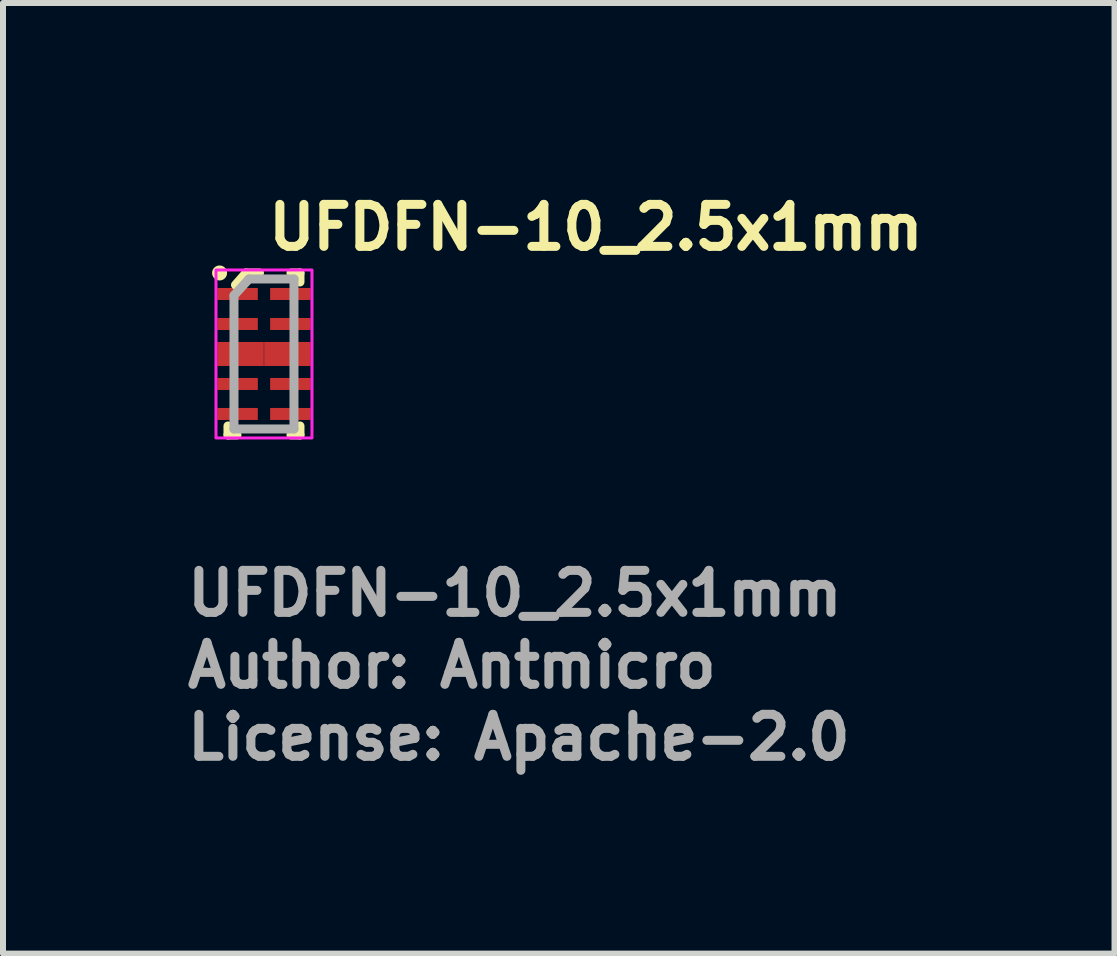
<source format=kicad_pcb>
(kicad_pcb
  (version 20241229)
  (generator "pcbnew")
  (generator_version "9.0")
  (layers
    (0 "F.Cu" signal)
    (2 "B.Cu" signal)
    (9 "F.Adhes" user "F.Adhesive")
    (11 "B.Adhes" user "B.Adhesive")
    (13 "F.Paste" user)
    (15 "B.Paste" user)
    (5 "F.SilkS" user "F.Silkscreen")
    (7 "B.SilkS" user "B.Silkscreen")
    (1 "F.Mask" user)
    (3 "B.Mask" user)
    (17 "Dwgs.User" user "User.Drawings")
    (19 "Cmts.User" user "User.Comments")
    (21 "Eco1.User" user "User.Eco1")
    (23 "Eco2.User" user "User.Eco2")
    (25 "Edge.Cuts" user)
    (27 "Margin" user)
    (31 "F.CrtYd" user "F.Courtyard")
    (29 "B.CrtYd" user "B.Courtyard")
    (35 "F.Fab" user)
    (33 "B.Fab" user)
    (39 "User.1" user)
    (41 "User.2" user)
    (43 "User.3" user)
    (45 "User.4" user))
  (footprint "UFDFN-10_2.5x1mm"
    (layer "F.Cu")
    (at 1.35 2.85)
    (property "Reference" "UFDFN-10_2.5x1mm" (at 0 -1.7 0) (layer "F.SilkS") (effects (font (size 0.7 0.7) (thickness 0.15)) (justify left bottom)))
    (attr smd)
    (fp_line (start -0.6 1.35) (end -0.6 1.2) (stroke (width 0.15) (type solid)) (layer "F.SilkS"))
    (fp_line (start -0.6 1.35) (end -0.45 1.35) (stroke (width 0.15) (type solid)) (layer "F.SilkS"))
    (fp_line (start -0.475 -1.15) (end -0.3 -1.35) (stroke (width 0.15) (type solid)) (layer "F.SilkS"))
    (fp_line (start -0.3 -1.35) (end -0.075 -1.35) (stroke (width 0.15) (type solid)) (layer "F.SilkS"))
    (fp_line (start 0.6 -1.35) (end 0.45 -1.35) (stroke (width 0.15) (type solid)) (layer "F.SilkS"))
    (fp_line (start 0.6 -1.35) (end 0.6 -1.2) (stroke (width 0.15) (type solid)) (layer "F.SilkS"))
    (fp_line (start 0.6 1.35) (end 0.45 1.35) (stroke (width 0.15) (type solid)) (layer "F.SilkS"))
    (fp_line (start 0.6 1.35) (end 0.6 1.2) (stroke (width 0.15) (type solid)) (layer "F.SilkS"))
    (fp_circle (center -0.74 -1.35) (end -0.69 -1.35) (stroke (width 0.15) (type solid)) (fill yes) (layer "F.SilkS"))
    (fp_rect (start 0.8 -1.4) (end -0.8 1.4) (stroke (width 0.05) (type solid)) (fill no) (layer "F.CrtYd"))
    (fp_line (start -0.5 -0.975) (end -0.25 -1.25) (stroke (width 0.15) (type solid)) (layer "F.Fab"))
    (fp_line (start -0.5 1.25) (end -0.5 -0.975) (stroke (width 0.15) (type solid)) (layer "F.Fab"))
    (fp_line (start -0.25 -1.25) (end 0.5 -1.25) (stroke (width 0.15) (type solid)) (layer "F.Fab"))
    (fp_line (start 0.5 -1.25) (end 0.5 1.25) (stroke (width 0.15) (type solid)) (layer "F.Fab"))
    (fp_line (start 0.5 1.25) (end -0.5 1.25) (stroke (width 0.15) (type solid)) (layer "F.Fab"))
    (fp_rect (start 0.502 -1.248) (end -0.507 1.252) (stroke (width 0.1) (type solid)) (fill no) (layer "User.5"))
    (fp_line (start -0.507 -1.095) (end -0.502 -1.095) (stroke (width 0.02) (type solid)) (layer "User.9"))
    (fp_line (start -0.507 -0.899) (end -0.507 -1.095) (stroke (width 0.02) (type solid)) (layer "User.9"))
    (fp_line (start -0.507 -0.899) (end -0.502 -0.899) (stroke (width 0.02) (type solid)) (layer "User.9"))
    (fp_line (start -0.507 -0.591) (end -0.502 -0.591) (stroke (width 0.02) (type solid)) (layer "User.9"))
    (fp_line (start -0.507 -0.405) (end -0.507 -0.591) (stroke (width 0.02) (type solid)) (layer "User.9"))
    (fp_line (start -0.507 -0.405) (end -0.502 -0.405) (stroke (width 0.02) (type solid)) (layer "User.9"))
    (fp_line (start -0.507 -0.198) (end -0.502 -0.198) (stroke (width 0.02) (type solid)) (layer "User.9"))
    (fp_line (start -0.507 0.203) (end -0.507 -0.198) (stroke (width 0.02) (type solid)) (layer "User.9"))
    (fp_line (start -0.507 0.203) (end -0.502 0.203) (stroke (width 0.02) (type solid)) (layer "User.9"))
    (fp_line (start -0.507 0.405) (end -0.502 0.405) (stroke (width 0.02) (type solid)) (layer "User.9"))
    (fp_line (start -0.507 0.601) (end -0.507 0.405) (stroke (width 0.02) (type solid)) (layer "User.9"))
    (fp_line (start -0.507 0.601) (end -0.502 0.601) (stroke (width 0.02) (type solid)) (layer "User.9"))
    (fp_line (start -0.507 0.902) (end -0.502 0.902) (stroke (width 0.02) (type solid)) (layer "User.9"))
    (fp_line (start -0.507 1.103) (end -0.507 0.902) (stroke (width 0.02) (type solid)) (layer "User.9"))
    (fp_line (start -0.507 1.103) (end -0.502 1.103) (stroke (width 0.02) (type solid)) (layer "User.9"))
    (fp_line (start -0.502 -1.24) (end -0.502 -1.24) (stroke (width 0.02) (type solid)) (layer "User.9"))
    (fp_line (start -0.502 -1.24) (end -0.502 -1.24) (stroke (width 0.02) (type solid)) (layer "User.9"))
    (fp_line (start -0.502 -1.24) (end -0.502 -1.24) (stroke (width 0.02) (type solid)) (layer "User.9"))
    (fp_line (start -0.502 -1.24) (end -0.502 -1.238) (stroke (width 0.02) (type solid)) (layer "User.9"))
    (fp_line (start -0.502 -1.238) (end -0.502 -1.238) (stroke (width 0.02) (type solid)) (layer "User.9"))
    (fp_line (start -0.502 -1.238) (end -0.502 -1.238) (stroke (width 0.02) (type solid)) (layer "User.9"))
    (fp_line (start -0.502 -1.238) (end -0.502 -1.238) (stroke (width 0.02) (type solid)) (layer "User.9"))
    (fp_line (start -0.502 -1.238) (end -0.502 -1.236) (stroke (width 0.02) (type solid)) (layer "User.9"))
    (fp_line (start -0.502 -1.236) (end -0.502 -1.236) (stroke (width 0.02) (type solid)) (layer "User.9"))
    (fp_line (start -0.502 -1.236) (end -0.502 -1.236) (stroke (width 0.02) (type solid)) (layer "User.9"))
    (fp_line (start -0.502 -1.236) (end -0.502 -1.236) (stroke (width 0.02) (type solid)) (layer "User.9"))
    (fp_line (start -0.502 -1.236) (end -0.502 -1.236) (stroke (width 0.02) (type solid)) (layer "User.9"))
    (fp_line (start -0.502 -1.236) (end -0.502 -1.234) (stroke (width 0.02) (type solid)) (layer "User.9"))
    (fp_line (start -0.502 -1.234) (end -0.501 -1.234) (stroke (width 0.02) (type solid)) (layer "User.9"))
    (fp_line (start -0.502 1.24) (end -0.502 1.24) (stroke (width 0.02) (type solid)) (layer "User.9"))
    (fp_line (start -0.502 1.24) (end -0.502 1.24) (stroke (width 0.02) (type solid)) (layer "User.9"))
    (fp_line (start -0.502 1.24) (end -0.502 1.24) (stroke (width 0.02) (type solid)) (layer "User.9"))
    (fp_line (start -0.502 1.24) (end -0.502 1.242) (stroke (width 0.02) (type solid)) (layer "User.9"))
    (fp_line (start -0.502 1.242) (end -0.502 1.242) (stroke (width 0.02) (type solid)) (layer "User.9"))
    (fp_line (start -0.502 1.242) (end -0.502 1.242) (stroke (width 0.02) (type solid)) (layer "User.9"))
    (fp_line (start -0.502 1.242) (end -0.502 -1.238) (stroke (width 0.02) (type solid)) (layer "User.9"))
    (fp_line (start -0.502 1.242) (end -0.502 1.242) (stroke (width 0.02) (type solid)) (layer "User.9"))
    (fp_line (start -0.502 1.242) (end -0.502 1.244) (stroke (width 0.02) (type solid)) (layer "User.9"))
    (fp_line (start -0.502 1.244) (end -0.502 1.244) (stroke (width 0.02) (type solid)) (layer "User.9"))
    (fp_line (start -0.502 1.244) (end -0.502 1.244) (stroke (width 0.02) (type solid)) (layer "User.9"))
    (fp_line (start -0.502 1.244) (end -0.502 1.244) (stroke (width 0.02) (type solid)) (layer "User.9"))
    (fp_line (start -0.502 1.244) (end -0.502 1.244) (stroke (width 0.02) (type solid)) (layer "User.9"))
    (fp_line (start -0.502 1.244) (end -0.502 1.246) (stroke (width 0.02) (type solid)) (layer "User.9"))
    (fp_line (start -0.502 1.246) (end -0.501 1.246) (stroke (width 0.02) (type solid)) (layer "User.9"))
    (fp_line (start -0.501 -1.242) (end -0.501 -1.242) (stroke (width 0.02) (type solid)) (layer "User.9"))
    (fp_line (start -0.501 -1.242) (end -0.501 -1.242) (stroke (width 0.02) (type solid)) (layer "User.9"))
    (fp_line (start -0.501 -1.242) (end -0.501 -1.242) (stroke (width 0.02) (type solid)) (layer "User.9"))
    (fp_line (start -0.501 -1.242) (end -0.501 -1.24) (stroke (width 0.02) (type solid)) (layer "User.9"))
    (fp_line (start -0.501 -1.24) (end -0.502 -1.24) (stroke (width 0.02) (type solid)) (layer "User.9"))
    (fp_line (start -0.501 -1.234) (end -0.501 -1.234) (stroke (width 0.02) (type solid)) (layer "User.9"))
    (fp_line (start -0.501 -1.234) (end -0.501 -1.234) (stroke (width 0.02) (type solid)) (layer "User.9"))
    (fp_line (start -0.501 -1.234) (end -0.501 -1.232) (stroke (width 0.02) (type solid)) (layer "User.9"))
    (fp_line (start -0.501 -1.232) (end -0.501 -1.232) (stroke (width 0.02) (type solid)) (layer "User.9"))
    (fp_line (start -0.501 -1.232) (end -0.5 -1.232) (stroke (width 0.02) (type solid)) (layer "User.9"))
    (fp_line (start -0.501 1.238) (end -0.501 1.238) (stroke (width 0.02) (type solid)) (layer "User.9"))
    (fp_line (start -0.501 1.238) (end -0.501 1.238) (stroke (width 0.02) (type solid)) (layer "User.9"))
    (fp_line (start -0.501 1.238) (end -0.501 1.238) (stroke (width 0.02) (type solid)) (layer "User.9"))
    (fp_line (start -0.501 1.238) (end -0.501 1.24) (stroke (width 0.02) (type solid)) (layer "User.9"))
    (fp_line (start -0.501 1.24) (end -0.502 1.24) (stroke (width 0.02) (type solid)) (layer "User.9"))
    (fp_line (start -0.501 1.246) (end -0.501 1.246) (stroke (width 0.02) (type solid)) (layer "User.9"))
    (fp_line (start -0.501 1.246) (end -0.501 1.246) (stroke (width 0.02) (type solid)) (layer "User.9"))
    (fp_line (start -0.501 1.246) (end -0.501 1.248) (stroke (width 0.02) (type solid)) (layer "User.9"))
    (fp_line (start -0.501 1.248) (end -0.501 1.248) (stroke (width 0.02) (type solid)) (layer "User.9"))
    (fp_line (start -0.501 1.248) (end -0.5 1.248) (stroke (width 0.02) (type solid)) (layer "User.9"))
    (fp_line (start -0.5 -1.244) (end -0.501 -1.242) (stroke (width 0.02) (type solid)) (layer "User.9"))
    (fp_line (start -0.5 -1.244) (end -0.5 -1.244) (stroke (width 0.02) (type solid)) (layer "User.9"))
    (fp_line (start -0.5 -1.244) (end -0.5 -1.244) (stroke (width 0.02) (type solid)) (layer "User.9"))
    (fp_line (start -0.5 -1.232) (end -0.5 -1.232) (stroke (width 0.02) (type solid)) (layer "User.9"))
    (fp_line (start -0.5 -1.232) (end -0.5 -1.232) (stroke (width 0.02) (type solid)) (layer "User.9"))
    (fp_line (start -0.5 -1.232) (end -0.499 -1.23) (stroke (width 0.02) (type solid)) (layer "User.9"))
    (fp_line (start -0.5 1.236) (end -0.501 1.238) (stroke (width 0.02) (type solid)) (layer "User.9"))
    (fp_line (start -0.5 1.236) (end -0.5 1.236) (stroke (width 0.02) (type solid)) (layer "User.9"))
    (fp_line (start -0.5 1.236) (end -0.5 1.236) (stroke (width 0.02) (type solid)) (layer "User.9"))
    (fp_line (start -0.5 1.248) (end -0.5 1.248) (stroke (width 0.02) (type solid)) (layer "User.9"))
    (fp_line (start -0.5 1.248) (end -0.5 1.248) (stroke (width 0.02) (type solid)) (layer "User.9"))
    (fp_line (start -0.5 1.248) (end -0.499 1.25) (stroke (width 0.02) (type solid)) (layer "User.9"))
    (fp_line (start -0.499 -1.244) (end -0.5 -1.244) (stroke (width 0.02) (type solid)) (layer "User.9"))
    (fp_line (start -0.499 -1.244) (end -0.499 -1.244) (stroke (width 0.02) (type solid)) (layer "User.9"))
    (fp_line (start -0.499 -1.244) (end -0.499 -1.244) (stroke (width 0.02) (type solid)) (layer "User.9"))
    (fp_line (start -0.499 -1.23) (end -0.499 -1.23) (stroke (width 0.02) (type solid)) (layer "User.9"))
    (fp_line (start -0.499 -1.23) (end -0.499 -1.23) (stroke (width 0.02) (type solid)) (layer "User.9"))
    (fp_line (start -0.499 -1.23) (end -0.498 -1.23) (stroke (width 0.02) (type solid)) (layer "User.9"))
    (fp_line (start -0.499 1.236) (end -0.5 1.236) (stroke (width 0.02) (type solid)) (layer "User.9"))
    (fp_line (start -0.499 1.236) (end -0.499 1.236) (stroke (width 0.02) (type solid)) (layer "User.9"))
    (fp_line (start -0.499 1.236) (end -0.499 1.236) (stroke (width 0.02) (type solid)) (layer "User.9"))
    (fp_line (start -0.499 1.25) (end -0.499 1.25) (stroke (width 0.02) (type solid)) (layer "User.9"))
    (fp_line (start -0.499 1.25) (end -0.499 1.25) (stroke (width 0.02) (type solid)) (layer "User.9"))
    (fp_line (start -0.499 1.25) (end -0.498 1.25) (stroke (width 0.02) (type solid)) (layer "User.9"))
    (fp_line (start -0.498 -1.246) (end -0.499 -1.244) (stroke (width 0.02) (type solid)) (layer "User.9"))
    (fp_line (start -0.498 -1.246) (end -0.498 -1.246) (stroke (width 0.02) (type solid)) (layer "User.9"))
    (fp_line (start -0.498 -1.246) (end -0.498 -1.246) (stroke (width 0.02) (type solid)) (layer "User.9"))
    (fp_line (start -0.498 -1.23) (end -0.498 -1.23) (stroke (width 0.02) (type solid)) (layer "User.9"))
    (fp_line (start -0.498 -1.23) (end -0.498 -1.23) (stroke (width 0.02) (type solid)) (layer "User.9"))
    (fp_line (start -0.498 -1.23) (end -0.497 -1.228) (stroke (width 0.02) (type solid)) (layer "User.9"))
    (fp_line (start -0.498 1.234) (end -0.499 1.236) (stroke (width 0.02) (type solid)) (layer "User.9"))
    (fp_line (start -0.498 1.234) (end -0.498 1.234) (stroke (width 0.02) (type solid)) (layer "User.9"))
    (fp_line (start -0.498 1.234) (end -0.498 1.234) (stroke (width 0.02) (type solid)) (layer "User.9"))
    (fp_line (start -0.498 1.25) (end -0.498 1.25) (stroke (width 0.02) (type solid)) (layer "User.9"))
    (fp_line (start -0.498 1.25) (end -0.498 1.25) (stroke (width 0.02) (type solid)) (layer "User.9"))
    (fp_line (start -0.498 1.25) (end -0.497 1.252) (stroke (width 0.02) (type solid)) (layer "User.9"))
    (fp_line (start -0.497 -1.246) (end -0.498 -1.246) (stroke (width 0.02) (type solid)) (layer "User.9"))
    (fp_line (start -0.497 -1.246) (end -0.497 -1.246) (stroke (width 0.02) (type solid)) (layer "User.9"))
    (fp_line (start -0.497 -1.228) (end -0.497 -1.228) (stroke (width 0.02) (type solid)) (layer "User.9"))
    (fp_line (start -0.497 -1.228) (end -0.496 -1.228) (stroke (width 0.02) (type solid)) (layer "User.9"))
    (fp_line (start -0.497 1.234) (end -0.498 1.234) (stroke (width 0.02) (type solid)) (layer "User.9"))
    (fp_line (start -0.497 1.234) (end -0.497 1.234) (stroke (width 0.02) (type solid)) (layer "User.9"))
    (fp_line (start -0.497 1.252) (end -0.497 1.252) (stroke (width 0.02) (type solid)) (layer "User.9"))
    (fp_line (start -0.497 1.252) (end -0.496 1.252) (stroke (width 0.02) (type solid)) (layer "User.9"))
    (fp_line (start -0.496 -1.246) (end -0.497 -1.246) (stroke (width 0.02) (type solid)) (layer "User.9"))
    (fp_line (start -0.496 -1.246) (end -0.496 -1.246) (stroke (width 0.02) (type solid)) (layer "User.9"))
    (fp_line (start -0.496 -1.228) (end -0.496 -1.228) (stroke (width 0.02) (type solid)) (layer "User.9"))
    (fp_line (start -0.496 -1.228) (end -0.495 -1.228) (stroke (width 0.02) (type solid)) (layer "User.9"))
    (fp_line (start -0.496 1.234) (end -0.497 1.234) (stroke (width 0.02) (type solid)) (layer "User.9"))
    (fp_line (start -0.496 1.234) (end -0.496 1.234) (stroke (width 0.02) (type solid)) (layer "User.9"))
    (fp_line (start -0.496 1.252) (end -0.496 1.252) (stroke (width 0.02) (type solid)) (layer "User.9"))
    (fp_line (start -0.496 1.252) (end -0.495 1.252) (stroke (width 0.02) (type solid)) (layer "User.9"))
    (fp_line (start -0.495 -1.248) (end -0.495 -1.246) (stroke (width 0.02) (type solid)) (layer "User.9"))
    (fp_line (start -0.495 -1.246) (end -0.496 -1.246) (stroke (width 0.02) (type solid)) (layer "User.9"))
    (fp_line (start -0.495 -1.228) (end -0.495 -1.228) (stroke (width 0.02) (type solid)) (layer "User.9"))
    (fp_line (start -0.495 -1.228) (end -0.494 -1.228) (stroke (width 0.02) (type solid)) (layer "User.9"))
    (fp_line (start -0.495 1.232) (end -0.495 1.234) (stroke (width 0.02) (type solid)) (layer "User.9"))
    (fp_line (start -0.495 1.234) (end -0.496 1.234) (stroke (width 0.02) (type solid)) (layer "User.9"))
    (fp_line (start -0.495 1.252) (end -0.495 1.252) (stroke (width 0.02) (type solid)) (layer "User.9"))
    (fp_line (start -0.495 1.252) (end -0.494 1.252) (stroke (width 0.02) (type solid)) (layer "User.9"))
    (fp_line (start -0.494 -1.248) (end -0.495 -1.248) (stroke (width 0.02) (type solid)) (layer "User.9"))
    (fp_line (start -0.494 -1.248) (end -0.494 -1.248) (stroke (width 0.02) (type solid)) (layer "User.9"))
    (fp_line (start -0.494 -1.248) (end -0.494 -1.248) (stroke (width 0.02) (type solid)) (layer "User.9"))
    (fp_line (start -0.494 -1.228) (end -0.494 -1.228) (stroke (width 0.02) (type solid)) (layer "User.9"))
    (fp_line (start -0.494 -1.228) (end -0.494 -1.228) (stroke (width 0.02) (type solid)) (layer "User.9"))
    (fp_line (start -0.494 -1.228) (end -0.493 -1.228) (stroke (width 0.02) (type solid)) (layer "User.9"))
    (fp_line (start -0.494 1.232) (end -0.495 1.232) (stroke (width 0.02) (type solid)) (layer "User.9"))
    (fp_line (start -0.494 1.232) (end -0.494 1.232) (stroke (width 0.02) (type solid)) (layer "User.9"))
    (fp_line (start -0.494 1.232) (end -0.494 1.232) (stroke (width 0.02) (type solid)) (layer "User.9"))
    (fp_line (start -0.494 1.252) (end -0.494 1.252) (stroke (width 0.02) (type solid)) (layer "User.9"))
    (fp_line (start -0.494 1.252) (end -0.494 1.252) (stroke (width 0.02) (type solid)) (layer "User.9"))
    (fp_line (start -0.494 1.252) (end -0.493 1.252) (stroke (width 0.02) (type solid)) (layer "User.9"))
    (fp_line (start -0.493 -1.248) (end -0.494 -1.248) (stroke (width 0.02) (type solid)) (layer "User.9"))
    (fp_line (start -0.493 -1.248) (end -0.493 -1.248) (stroke (width 0.02) (type solid)) (layer "User.9"))
    (fp_line (start -0.493 -1.228) (end -0.493 -1.228) (stroke (width 0.02) (type solid)) (layer "User.9"))
    (fp_line (start -0.493 -1.228) (end -0.492 -1.228) (stroke (width 0.02) (type solid)) (layer "User.9"))
    (fp_line (start -0.493 1.232) (end -0.494 1.232) (stroke (width 0.02) (type solid)) (layer "User.9"))
    (fp_line (start -0.493 1.232) (end -0.493 1.232) (stroke (width 0.02) (type solid)) (layer "User.9"))
    (fp_line (start -0.493 1.252) (end -0.493 1.252) (stroke (width 0.02) (type solid)) (layer "User.9"))
    (fp_line (start -0.493 1.252) (end -0.492 1.252) (stroke (width 0.02) (type solid)) (layer "User.9"))
    (fp_line (start -0.492 -1.248) (end -0.493 -1.248) (stroke (width 0.02) (type solid)) (layer "User.9"))
    (fp_line (start -0.492 -1.248) (end -0.492 -1.248) (stroke (width 0.02) (type solid)) (layer "User.9"))
    (fp_line (start -0.492 -1.248) (end 0.487 -1.248) (stroke (width 0.02) (type solid)) (layer "User.9"))
    (fp_line (start -0.492 -1.228) (end -0.492 -1.228) (stroke (width 0.02) (type solid)) (layer "User.9"))
    (fp_line (start -0.492 -1.228) (end -0.492 -1.228) (stroke (width 0.02) (type solid)) (layer "User.9"))
    (fp_line (start -0.492 -1.228) (end -0.491 -1.228) (stroke (width 0.02) (type solid)) (layer "User.9"))
    (fp_line (start -0.492 1.232) (end -0.493 1.232) (stroke (width 0.02) (type solid)) (layer "User.9"))
    (fp_line (start -0.492 1.232) (end -0.492 1.232) (stroke (width 0.02) (type solid)) (layer "User.9"))
    (fp_line (start -0.492 1.252) (end -0.492 1.252) (stroke (width 0.02) (type solid)) (layer "User.9"))
    (fp_line (start -0.492 1.252) (end -0.492 1.252) (stroke (width 0.02) (type solid)) (layer "User.9"))
    (fp_line (start -0.492 1.252) (end -0.491 1.252) (stroke (width 0.02) (type solid)) (layer "User.9"))
    (fp_line (start -0.491 -1.248) (end -0.492 -1.248) (stroke (width 0.02) (type solid)) (layer "User.9"))
    (fp_line (start -0.491 -1.248) (end -0.491 -1.248) (stroke (width 0.02) (type solid)) (layer "User.9"))
    (fp_line (start -0.491 -1.228) (end -0.491 -1.228) (stroke (width 0.02) (type solid)) (layer "User.9"))
    (fp_line (start -0.491 -1.228) (end -0.49 -1.228) (stroke (width 0.02) (type solid)) (layer "User.9"))
    (fp_line (start -0.491 1.232) (end -0.492 1.232) (stroke (width 0.02) (type solid)) (layer "User.9"))
    (fp_line (start -0.491 1.232) (end -0.491 1.232) (stroke (width 0.02) (type solid)) (layer "User.9"))
    (fp_line (start -0.491 1.252) (end -0.491 1.252) (stroke (width 0.02) (type solid)) (layer "User.9"))
    (fp_line (start -0.491 1.252) (end -0.49 1.252) (stroke (width 0.02) (type solid)) (layer "User.9"))
    (fp_line (start -0.49 -1.248) (end -0.491 -1.248) (stroke (width 0.02) (type solid)) (layer "User.9"))
    (fp_line (start -0.49 -1.248) (end -0.49 -1.248) (stroke (width 0.02) (type solid)) (layer "User.9"))
    (fp_line (start -0.49 -1.248) (end -0.49 -1.248) (stroke (width 0.02) (type solid)) (layer "User.9"))
    (fp_line (start -0.49 -1.228) (end -0.49 -1.228) (stroke (width 0.02) (type solid)) (layer "User.9"))
    (fp_line (start -0.49 -1.228) (end -0.49 -1.228) (stroke (width 0.02) (type solid)) (layer "User.9"))
    (fp_line (start -0.49 -1.228) (end -0.489 -1.228) (stroke (width 0.02) (type solid)) (layer "User.9"))
    (fp_line (start -0.49 1.232) (end -0.491 1.232) (stroke (width 0.02) (type solid)) (layer "User.9"))
    (fp_line (start -0.49 1.232) (end -0.49 1.232) (stroke (width 0.02) (type solid)) (layer "User.9"))
    (fp_line (start -0.49 1.232) (end -0.49 1.232) (stroke (width 0.02) (type solid)) (layer "User.9"))
    (fp_line (start -0.49 1.252) (end -0.49 1.252) (stroke (width 0.02) (type solid)) (layer "User.9"))
    (fp_line (start -0.49 1.252) (end -0.49 1.252) (stroke (width 0.02) (type solid)) (layer "User.9"))
    (fp_line (start -0.49 1.252) (end -0.489 1.252) (stroke (width 0.02) (type solid)) (layer "User.9"))
    (fp_line (start -0.489 -1.248) (end -0.49 -1.248) (stroke (width 0.02) (type solid)) (layer "User.9"))
    (fp_line (start -0.489 -1.246) (end -0.489 -1.248) (stroke (width 0.02) (type solid)) (layer "User.9"))
    (fp_line (start -0.489 -1.228) (end -0.488 -1.228) (stroke (width 0.02) (type solid)) (layer "User.9"))
    (fp_line (start -0.489 -1.228) (end -0.489 -1.228) (stroke (width 0.02) (type solid)) (layer "User.9"))
    (fp_line (start -0.489 1.232) (end -0.49 1.232) (stroke (width 0.02) (type solid)) (layer "User.9"))
    (fp_line (start -0.489 1.234) (end -0.489 1.232) (stroke (width 0.02) (type solid)) (layer "User.9"))
    (fp_line (start -0.489 1.252) (end -0.488 1.252) (stroke (width 0.02) (type solid)) (layer "User.9"))
    (fp_line (start -0.489 1.252) (end -0.489 1.252) (stroke (width 0.02) (type solid)) (layer "User.9"))
    (fp_line (start -0.488 -1.246) (end -0.489 -1.246) (stroke (width 0.02) (type solid)) (layer "User.9"))
    (fp_line (start -0.488 -1.246) (end -0.488 -1.246) (stroke (width 0.02) (type solid)) (layer "User.9"))
    (fp_line (start -0.488 -1.228) (end -0.488 -1.228) (stroke (width 0.02) (type solid)) (layer "User.9"))
    (fp_line (start -0.488 -1.228) (end -0.487 -1.228) (stroke (width 0.02) (type solid)) (layer "User.9"))
    (fp_line (start -0.488 1.234) (end -0.489 1.234) (stroke (width 0.02) (type solid)) (layer "User.9"))
    (fp_line (start -0.488 1.234) (end -0.488 1.234) (stroke (width 0.02) (type solid)) (layer "User.9"))
    (fp_line (start -0.488 1.252) (end -0.488 1.252) (stroke (width 0.02) (type solid)) (layer "User.9"))
    (fp_line (start -0.488 1.252) (end -0.487 1.252) (stroke (width 0.02) (type solid)) (layer "User.9"))
    (fp_line (start -0.487 -1.246) (end -0.488 -1.246) (stroke (width 0.02) (type solid)) (layer "User.9"))
    (fp_line (start -0.487 -1.246) (end -0.487 -1.246) (stroke (width 0.02) (type solid)) (layer "User.9"))
    (fp_line (start -0.487 -1.228) (end -0.487 -1.228) (stroke (width 0.02) (type solid)) (layer "User.9"))
    (fp_line (start -0.487 -1.228) (end -0.486 -1.23) (stroke (width 0.02) (type solid)) (layer "User.9"))
    (fp_line (start -0.487 1.234) (end -0.488 1.234) (stroke (width 0.02) (type solid)) (layer "User.9"))
    (fp_line (start -0.487 1.234) (end -0.487 1.234) (stroke (width 0.02) (type solid)) (layer "User.9"))
    (fp_line (start -0.487 1.252) (end -0.487 1.252) (stroke (width 0.02) (type solid)) (layer "User.9"))
    (fp_line (start -0.487 1.252) (end -0.486 1.25) (stroke (width 0.02) (type solid)) (layer "User.9"))
    (fp_line (start -0.486 -1.246) (end -0.487 -1.246) (stroke (width 0.02) (type solid)) (layer "User.9"))
    (fp_line (start -0.486 -1.246) (end -0.486 -1.246) (stroke (width 0.02) (type solid)) (layer "User.9"))
    (fp_line (start -0.486 -1.246) (end -0.486 -1.246) (stroke (width 0.02) (type solid)) (layer "User.9"))
    (fp_line (start -0.486 -1.23) (end -0.486 -1.23) (stroke (width 0.02) (type solid)) (layer "User.9"))
    (fp_line (start -0.486 -1.23) (end -0.486 -1.23) (stroke (width 0.02) (type solid)) (layer "User.9"))
    (fp_line (start -0.486 -1.23) (end -0.485 -1.23) (stroke (width 0.02) (type solid)) (layer "User.9"))
    (fp_line (start -0.486 1.234) (end -0.487 1.234) (stroke (width 0.02) (type solid)) (layer "User.9"))
    (fp_line (start -0.486 1.234) (end -0.486 1.234) (stroke (width 0.02) (type solid)) (layer "User.9"))
    (fp_line (start -0.486 1.234) (end -0.486 1.234) (stroke (width 0.02) (type solid)) (layer "User.9"))
    (fp_line (start -0.486 1.25) (end -0.486 1.25) (stroke (width 0.02) (type solid)) (layer "User.9"))
    (fp_line (start -0.486 1.25) (end -0.486 1.25) (stroke (width 0.02) (type solid)) (layer "User.9"))
    (fp_line (start -0.486 1.25) (end -0.485 1.25) (stroke (width 0.02) (type solid)) (layer "User.9"))
    (fp_line (start -0.485 -1.244) (end -0.486 -1.246) (stroke (width 0.02) (type solid)) (layer "User.9"))
    (fp_line (start -0.485 -1.244) (end -0.485 -1.244) (stroke (width 0.02) (type solid)) (layer "User.9"))
    (fp_line (start -0.485 -1.244) (end -0.485 -1.244) (stroke (width 0.02) (type solid)) (layer "User.9"))
    (fp_line (start -0.485 -1.23) (end -0.485 -1.23) (stroke (width 0.02) (type solid)) (layer "User.9"))
    (fp_line (start -0.485 -1.23) (end -0.485 -1.23) (stroke (width 0.02) (type solid)) (layer "User.9"))
    (fp_line (start -0.485 -1.23) (end -0.484 -1.232) (stroke (width 0.02) (type solid)) (layer "User.9"))
    (fp_line (start -0.485 1.236) (end -0.486 1.234) (stroke (width 0.02) (type solid)) (layer "User.9"))
    (fp_line (start -0.485 1.236) (end -0.485 1.236) (stroke (width 0.02) (type solid)) (layer "User.9"))
    (fp_line (start -0.485 1.236) (end -0.485 1.236) (stroke (width 0.02) (type solid)) (layer "User.9"))
    (fp_line (start -0.485 1.25) (end -0.485 1.25) (stroke (width 0.02) (type solid)) (layer "User.9"))
    (fp_line (start -0.485 1.25) (end -0.485 1.25) (stroke (width 0.02) (type solid)) (layer "User.9"))
    (fp_line (start -0.485 1.25) (end -0.484 1.248) (stroke (width 0.02) (type solid)) (layer "User.9"))
    (fp_line (start -0.484 -1.244) (end -0.485 -1.244) (stroke (width 0.02) (type solid)) (layer "User.9"))
    (fp_line (start -0.484 -1.244) (end -0.484 -1.244) (stroke (width 0.02) (type solid)) (layer "User.9"))
    (fp_line (start -0.484 -1.244) (end -0.484 -1.244) (stroke (width 0.02) (type solid)) (layer "User.9"))
    (fp_line (start -0.484 -1.232) (end -0.484 -1.232) (stroke (width 0.02) (type solid)) (layer "User.9"))
    (fp_line (start -0.484 -1.232) (end -0.484 -1.232) (stroke (width 0.02) (type solid)) (layer "User.9"))
    (fp_line (start -0.484 -1.232) (end -0.483 -1.232) (stroke (width 0.02) (type solid)) (layer "User.9"))
    (fp_line (start -0.484 1.236) (end -0.485 1.236) (stroke (width 0.02) (type solid)) (layer "User.9"))
    (fp_line (start -0.484 1.236) (end -0.484 1.236) (stroke (width 0.02) (type solid)) (layer "User.9"))
    (fp_line (start -0.484 1.236) (end -0.484 1.236) (stroke (width 0.02) (type solid)) (layer "User.9"))
    (fp_line (start -0.484 1.248) (end -0.484 1.248) (stroke (width 0.02) (type solid)) (layer "User.9"))
    (fp_line (start -0.484 1.248) (end -0.484 1.248) (stroke (width 0.02) (type solid)) (layer "User.9"))
    (fp_line (start -0.484 1.248) (end -0.483 1.248) (stroke (width 0.02) (type solid)) (layer "User.9"))
    (fp_line (start -0.483 -1.242) (end -0.484 -1.244) (stroke (width 0.02) (type solid)) (layer "User.9"))
    (fp_line (start -0.483 -1.242) (end -0.483 -1.242) (stroke (width 0.02) (type solid)) (layer "User.9"))
    (fp_line (start -0.483 -1.242) (end -0.483 -1.242) (stroke (width 0.02) (type solid)) (layer "User.9"))
    (fp_line (start -0.483 -1.242) (end -0.483 -1.242) (stroke (width 0.02) (type solid)) (layer "User.9"))
    (fp_line (start -0.483 -1.24) (end -0.483 -1.242) (stroke (width 0.02) (type solid)) (layer "User.9"))
    (fp_line (start -0.483 -1.234) (end -0.482 -1.234) (stroke (width 0.02) (type solid)) (layer "User.9"))
    (fp_line (start -0.483 -1.234) (end -0.483 -1.234) (stroke (width 0.02) (type solid)) (layer "User.9"))
    (fp_line (start -0.483 -1.234) (end -0.483 -1.234) (stroke (width 0.02) (type solid)) (layer "User.9"))
    (fp_line (start -0.483 -1.232) (end -0.483 -1.234) (stroke (width 0.02) (type solid)) (layer "User.9"))
    (fp_line (start -0.483 -1.232) (end -0.483 -1.232) (stroke (width 0.02) (type solid)) (layer "User.9"))
    (fp_line (start -0.483 1.238) (end -0.484 1.236) (stroke (width 0.02) (type solid)) (layer "User.9"))
    (fp_line (start -0.483 1.238) (end -0.483 1.238) (stroke (width 0.02) (type solid)) (layer "User.9"))
    (fp_line (start -0.483 1.238) (end -0.483 1.238) (stroke (width 0.02) (type solid)) (layer "User.9"))
    (fp_line (start -0.483 1.238) (end -0.483 1.238) (stroke (width 0.02) (type solid)) (layer "User.9"))
    (fp_line (start -0.483 1.24) (end -0.483 1.238) (stroke (width 0.02) (type solid)) (layer "User.9"))
    (fp_line (start -0.483 1.246) (end -0.482 1.246) (stroke (width 0.02) (type solid)) (layer "User.9"))
    (fp_line (start -0.483 1.246) (end -0.483 1.246) (stroke (width 0.02) (type solid)) (layer "User.9"))
    (fp_line (start -0.483 1.246) (end -0.483 1.246) (stroke (width 0.02) (type solid)) (layer "User.9"))
    (fp_line (start -0.483 1.248) (end -0.483 1.246) (stroke (width 0.02) (type solid)) (layer "User.9"))
    (fp_line (start -0.483 1.248) (end -0.483 1.248) (stroke (width 0.02) (type solid)) (layer "User.9"))
    (fp_line (start -0.482 -1.24) (end -0.483 -1.24) (stroke (width 0.02) (type solid)) (layer "User.9"))
    (fp_line (start -0.482 -1.24) (end -0.482 -1.24) (stroke (width 0.02) (type solid)) (layer "User.9"))
    (fp_line (start -0.482 -1.24) (end -0.482 -1.24) (stroke (width 0.02) (type solid)) (layer "User.9"))
    (fp_line (start -0.482 -1.24) (end -0.482 -1.24) (stroke (width 0.02) (type solid)) (layer "User.9"))
    (fp_line (start -0.482 -1.238) (end -0.482 -1.24) (stroke (width 0.02) (type solid)) (layer "User.9"))
    (fp_line (start -0.482 -1.238) (end -0.482 -1.238) (stroke (width 0.02) (type solid)) (layer "User.9"))
    (fp_line (start -0.482 -1.238) (end -0.482 -1.238) (stroke (width 0.02) (type solid)) (layer "User.9"))
    (fp_line (start -0.482 -1.238) (end -0.482 -1.238) (stroke (width 0.02) (type solid)) (layer "User.9"))
    (fp_line (start -0.482 -1.236) (end -0.482 -1.238) (stroke (width 0.02) (type solid)) (layer "User.9"))
    (fp_line (start -0.482 -1.236) (end -0.482 -1.236) (stroke (width 0.02) (type solid)) (layer "User.9"))
    (fp_line (start -0.482 -1.236) (end -0.482 -1.236) (stroke (width 0.02) (type solid)) (layer "User.9"))
    (fp_line (start -0.482 -1.236) (end -0.482 -1.236) (stroke (width 0.02) (type solid)) (layer "User.9"))
    (fp_line (start -0.482 -1.236) (end -0.482 -1.236) (stroke (width 0.02) (type solid)) (layer "User.9"))
    (fp_line (start -0.482 -1.234) (end -0.482 -1.236) (stroke (width 0.02) (type solid)) (layer "User.9"))
    (fp_line (start -0.482 1.24) (end -0.483 1.24) (stroke (width 0.02) (type solid)) (layer "User.9"))
    (fp_line (start -0.482 1.24) (end -0.482 1.24) (stroke (width 0.02) (type solid)) (layer "User.9"))
    (fp_line (start -0.482 1.24) (end -0.482 1.24) (stroke (width 0.02) (type solid)) (layer "User.9"))
    (fp_line (start -0.482 1.24) (end -0.482 1.24) (stroke (width 0.02) (type solid)) (layer "User.9"))
    (fp_line (start -0.482 1.242) (end -0.482 1.24) (stroke (width 0.02) (type solid)) (layer "User.9"))
    (fp_line (start -0.482 1.242) (end -0.482 1.242) (stroke (width 0.02) (type solid)) (layer "User.9"))
    (fp_line (start -0.482 1.242) (end -0.482 1.242) (stroke (width 0.02) (type solid)) (layer "User.9"))
    (fp_line (start -0.482 1.242) (end -0.482 1.242) (stroke (width 0.02) (type solid)) (layer "User.9"))
    (fp_line (start -0.482 1.244) (end -0.482 1.242) (stroke (width 0.02) (type solid)) (layer "User.9"))
    (fp_line (start -0.482 1.244) (end -0.482 1.244) (stroke (width 0.02) (type solid)) (layer "User.9"))
    (fp_line (start -0.482 1.244) (end -0.482 1.244) (stroke (width 0.02) (type solid)) (layer "User.9"))
    (fp_line (start -0.482 1.244) (end -0.482 1.244) (stroke (width 0.02) (type solid)) (layer "User.9"))
    (fp_line (start -0.482 1.244) (end -0.482 1.244) (stroke (width 0.02) (type solid)) (layer "User.9"))
    (fp_line (start -0.482 1.246) (end -0.482 1.244) (stroke (width 0.02) (type solid)) (layer "User.9"))
    (fp_line (start -0.429 -1.081) (end -0.429 -1.077) (stroke (width 0.02) (type solid)) (layer "User.9"))
    (fp_line (start -0.429 -1.077) (end -0.429 -1.075) (stroke (width 0.02) (type solid)) (layer "User.9"))
    (fp_line (start -0.429 -1.075) (end -0.429 -1.069) (stroke (width 0.02) (type solid)) (layer "User.9"))
    (fp_line (start -0.429 -1.069) (end -0.428 -1.065) (stroke (width 0.02) (type solid)) (layer "User.9"))
    (fp_line (start -0.428 -1.089) (end -0.428 -1.085) (stroke (width 0.02) (type solid)) (layer "User.9"))
    (fp_line (start -0.428 -1.085) (end -0.428 -1.083) (stroke (width 0.02) (type solid)) (layer "User.9"))
    (fp_line (start -0.428 -1.083) (end -0.429 -1.081) (stroke (width 0.02) (type solid)) (layer "User.9"))
    (fp_line (start -0.428 -1.065) (end -0.427 -1.058) (stroke (width 0.02) (type solid)) (layer "User.9"))
    (fp_line (start -0.427 -1.093) (end -0.427 -1.091) (stroke (width 0.02) (type solid)) (layer "User.9"))
    (fp_line (start -0.427 -1.091) (end -0.428 -1.089) (stroke (width 0.02) (type solid)) (layer "User.9"))
    (fp_line (start -0.427 -1.058) (end -0.426 -1.054) (stroke (width 0.02) (type solid)) (layer "User.9"))
    (fp_line (start -0.426 -1.097) (end -0.427 -1.093) (stroke (width 0.02) (type solid)) (layer "User.9"))
    (fp_line (start -0.426 -1.054) (end -0.424 -1.048) (stroke (width 0.02) (type solid)) (layer "User.9"))
    (fp_line (start -0.425 -1.099) (end -0.426 -1.097) (stroke (width 0.02) (type solid)) (layer "User.9"))
    (fp_line (start -0.424 -1.101) (end -0.425 -1.099) (stroke (width 0.02) (type solid)) (layer "User.9"))
    (fp_line (start -0.424 -1.048) (end -0.423 -1.044) (stroke (width 0.02) (type solid)) (layer "User.9"))
    (fp_line (start -0.423 -1.107) (end -0.423 -1.105) (stroke (width 0.02) (type solid)) (layer "User.9"))
    (fp_line (start -0.423 -1.105) (end -0.424 -1.101) (stroke (width 0.02) (type solid)) (layer "User.9"))
    (fp_line (start -0.423 -1.044) (end -0.42 -1.038) (stroke (width 0.02) (type solid)) (layer "User.9"))
    (fp_line (start -0.421 -1.109) (end -0.423 -1.107) (stroke (width 0.02) (type solid)) (layer "User.9"))
    (fp_line (start -0.42 -1.111) (end -0.421 -1.109) (stroke (width 0.02) (type solid)) (layer "User.9"))
    (fp_line (start -0.42 -1.038) (end -0.418 -1.034) (stroke (width 0.02) (type solid)) (layer "User.9"))
    (fp_line (start -0.419 -1.113) (end -0.42 -1.111) (stroke (width 0.02) (type solid)) (layer "User.9"))
    (fp_line (start -0.418 -1.117) (end -0.419 -1.113) (stroke (width 0.02) (type solid)) (layer "User.9"))
    (fp_line (start -0.418 -1.034) (end -0.415 -1.03) (stroke (width 0.02) (type solid)) (layer "User.9"))
    (fp_line (start -0.416 -1.119) (end -0.418 -1.117) (stroke (width 0.02) (type solid)) (layer "User.9"))
    (fp_line (start -0.415 -1.121) (end -0.416 -1.119) (stroke (width 0.02) (type solid)) (layer "User.9"))
    (fp_line (start -0.415 -1.03) (end -0.412 -1.026) (stroke (width 0.02) (type solid)) (layer "User.9"))
    (fp_line (start -0.414 -1.123) (end -0.415 -1.121) (stroke (width 0.02) (type solid)) (layer "User.9"))
    (fp_line (start -0.412 -1.125) (end -0.414 -1.123) (stroke (width 0.02) (type solid)) (layer "User.9"))
    (fp_line (start -0.412 -1.026) (end -0.409 -1.022) (stroke (width 0.02) (type solid)) (layer "User.9"))
    (fp_line (start -0.41 -1.127) (end -0.412 -1.125) (stroke (width 0.02) (type solid)) (layer "User.9"))
    (fp_line (start -0.409 -1.129) (end -0.41 -1.127) (stroke (width 0.02) (type solid)) (layer "User.9"))
    (fp_line (start -0.409 -1.022) (end -0.406 -1.018) (stroke (width 0.02) (type solid)) (layer "User.9"))
    (fp_line (start -0.407 -1.131) (end -0.409 -1.129) (stroke (width 0.02) (type solid)) (layer "User.9"))
    (fp_line (start -0.406 -1.133) (end -0.407 -1.131) (stroke (width 0.02) (type solid)) (layer "User.9"))
    (fp_line (start -0.406 -1.018) (end -0.402 -1.014) (stroke (width 0.02) (type solid)) (layer "User.9"))
    (fp_line (start -0.404 -1.135) (end -0.406 -1.133) (stroke (width 0.02) (type solid)) (layer "User.9"))
    (fp_line (start -0.402 -1.137) (end -0.404 -1.135) (stroke (width 0.02) (type solid)) (layer "User.9"))
    (fp_line (start -0.402 -1.014) (end -0.398 -1.01) (stroke (width 0.02) (type solid)) (layer "User.9"))
    (fp_line (start -0.4 -1.139) (end -0.402 -1.137) (stroke (width 0.02) (type solid)) (layer "User.9"))
    (fp_line (start -0.398 -1.139) (end -0.4 -1.139) (stroke (width 0.02) (type solid)) (layer "User.9"))
    (fp_line (start -0.398 -1.01) (end -0.393 -1.008) (stroke (width 0.02) (type solid)) (layer "User.9"))
    (fp_line (start -0.396 -1.141) (end -0.398 -1.139) (stroke (width 0.02) (type solid)) (layer "User.9"))
    (fp_line (start -0.393 -1.143) (end -0.396 -1.141) (stroke (width 0.02) (type solid)) (layer "User.9"))
    (fp_line (start -0.393 -1.008) (end -0.389 -1.004) (stroke (width 0.02) (type solid)) (layer "User.9"))
    (fp_line (start -0.391 -1.145) (end -0.393 -1.143) (stroke (width 0.02) (type solid)) (layer "User.9"))
    (fp_line (start -0.389 -1.147) (end -0.391 -1.145) (stroke (width 0.02) (type solid)) (layer "User.9"))
    (fp_line (start -0.389 -1.147) (end -0.389 -1.147) (stroke (width 0.02) (type solid)) (layer "User.9"))
    (fp_line (start -0.389 -1.004) (end -0.389 -1.004) (stroke (width 0.02) (type solid)) (layer "User.9"))
    (fp_line (start -0.389 -1.004) (end -0.384 -1.002) (stroke (width 0.02) (type solid)) (layer "User.9"))
    (fp_line (start -0.384 -1.149) (end -0.389 -1.147) (stroke (width 0.02) (type solid)) (layer "User.9"))
    (fp_line (start -0.384 -1.002) (end -0.379 -1) (stroke (width 0.02) (type solid)) (layer "User.9"))
    (fp_line (start -0.379 -1.151) (end -0.384 -1.149) (stroke (width 0.02) (type solid)) (layer "User.9"))
    (fp_line (start -0.379 -1) (end -0.373 -0.998) (stroke (width 0.02) (type solid)) (layer "User.9"))
    (fp_line (start -0.373 -1.153) (end -0.379 -1.151) (stroke (width 0.02) (type solid)) (layer "User.9"))
    (fp_line (start -0.373 -0.998) (end -0.368 -0.996) (stroke (width 0.02) (type solid)) (layer "User.9"))
    (fp_line (start -0.368 -1.155) (end -0.373 -1.153) (stroke (width 0.02) (type solid)) (layer "User.9"))
    (fp_line (start -0.368 -0.996) (end -0.363 -0.995) (stroke (width 0.02) (type solid)) (layer "User.9"))
    (fp_line (start -0.363 -1.155) (end -0.368 -1.155) (stroke (width 0.02) (type solid)) (layer "User.9"))
    (fp_line (start -0.363 -0.995) (end -0.357 -0.994) (stroke (width 0.02) (type solid)) (layer "User.9"))
    (fp_line (start -0.357 -1.157) (end -0.363 -1.155) (stroke (width 0.02) (type solid)) (layer "User.9"))
    (fp_line (start -0.357 -0.994) (end -0.352 -0.994) (stroke (width 0.02) (type solid)) (layer "User.9"))
    (fp_line (start -0.352 -1.157) (end -0.357 -1.157) (stroke (width 0.02) (type solid)) (layer "User.9"))
    (fp_line (start -0.352 -0.994) (end -0.347 -0.994) (stroke (width 0.02) (type solid)) (layer "User.9"))
    (fp_line (start -0.347 -1.157) (end -0.352 -1.157) (stroke (width 0.02) (type solid)) (layer "User.9"))
    (fp_line (start -0.347 -0.994) (end -0.343 -0.994) (stroke (width 0.02) (type solid)) (layer "User.9"))
    (fp_line (start -0.343 -1.157) (end -0.347 -1.157) (stroke (width 0.02) (type solid)) (layer "User.9"))
    (fp_line (start -0.343 -0.994) (end -0.337 -0.994) (stroke (width 0.02) (type solid)) (layer "User.9"))
    (fp_line (start -0.337 -1.157) (end -0.343 -1.157) (stroke (width 0.02) (type solid)) (layer "User.9"))
    (fp_line (start -0.337 -0.994) (end -0.332 -0.995) (stroke (width 0.02) (type solid)) (layer "User.9"))
    (fp_line (start -0.332 -1.155) (end -0.337 -1.157) (stroke (width 0.02) (type solid)) (layer "User.9"))
    (fp_line (start -0.332 -0.995) (end -0.327 -0.996) (stroke (width 0.02) (type solid)) (layer "User.9"))
    (fp_line (start -0.327 -1.155) (end -0.332 -1.155) (stroke (width 0.02) (type solid)) (layer "User.9"))
    (fp_line (start -0.327 -0.996) (end -0.322 -0.998) (stroke (width 0.02) (type solid)) (layer "User.9"))
    (fp_line (start -0.322 -1.153) (end -0.327 -1.155) (stroke (width 0.02) (type solid)) (layer "User.9"))
    (fp_line (start -0.322 -0.998) (end -0.317 -1) (stroke (width 0.02) (type solid)) (layer "User.9"))
    (fp_line (start -0.317 -1.151) (end -0.322 -1.153) (stroke (width 0.02) (type solid)) (layer "User.9"))
    (fp_line (start -0.317 -1) (end -0.311 -1.002) (stroke (width 0.02) (type solid)) (layer "User.9"))
    (fp_line (start -0.311 -1.149) (end -0.317 -1.151) (stroke (width 0.02) (type solid)) (layer "User.9"))
    (fp_line (start -0.311 -1.002) (end -0.306 -1.004) (stroke (width 0.02) (type solid)) (layer "User.9"))
    (fp_line (start -0.306 -1.147) (end -0.311 -1.149) (stroke (width 0.02) (type solid)) (layer "User.9"))
    (fp_line (start -0.306 -1.147) (end -0.306 -1.147) (stroke (width 0.02) (type solid)) (layer "User.9"))
    (fp_line (start -0.306 -1.004) (end -0.306 -1.004) (stroke (width 0.02) (type solid)) (layer "User.9"))
    (fp_line (start -0.306 -1.004) (end -0.304 -1.006) (stroke (width 0.02) (type solid)) (layer "User.9"))
    (fp_line (start -0.304 -1.006) (end -0.301 -1.008) (stroke (width 0.02) (type solid)) (layer "User.9"))
    (fp_line (start -0.301 -1.143) (end -0.306 -1.147) (stroke (width 0.02) (type solid)) (layer "User.9"))
    (fp_line (start -0.301 -1.008) (end -0.299 -1.008) (stroke (width 0.02) (type solid)) (layer "User.9"))
    (fp_line (start -0.299 -1.008) (end -0.297 -1.01) (stroke (width 0.02) (type solid)) (layer "User.9"))
    (fp_line (start -0.297 -1.139) (end -0.301 -1.143) (stroke (width 0.02) (type solid)) (layer "User.9"))
    (fp_line (start -0.297 -1.01) (end -0.295 -1.012) (stroke (width 0.02) (type solid)) (layer "User.9"))
    (fp_line (start -0.295 -1.012) (end -0.293 -1.014) (stroke (width 0.02) (type solid)) (layer "User.9"))
    (fp_line (start -0.293 -1.137) (end -0.297 -1.139) (stroke (width 0.02) (type solid)) (layer "User.9"))
    (fp_line (start -0.293 -1.014) (end -0.291 -1.016) (stroke (width 0.02) (type solid)) (layer "User.9"))
    (fp_line (start -0.291 -1.016) (end -0.289 -1.018) (stroke (width 0.02) (type solid)) (layer "User.9"))
    (fp_line (start -0.289 -1.133) (end -0.293 -1.137) (stroke (width 0.02) (type solid)) (layer "User.9"))
    (fp_line (start -0.289 -1.018) (end -0.287 -1.02) (stroke (width 0.02) (type solid)) (layer "User.9"))
    (fp_line (start -0.287 -1.02) (end -0.285 -1.022) (stroke (width 0.02) (type solid)) (layer "User.9"))
    (fp_line (start -0.285 -1.129) (end -0.289 -1.133) (stroke (width 0.02) (type solid)) (layer "User.9"))
    (fp_line (start -0.285 -1.022) (end -0.284 -1.024) (stroke (width 0.02) (type solid)) (layer "User.9"))
    (fp_line (start -0.284 -1.024) (end -0.282 -1.026) (stroke (width 0.02) (type solid)) (layer "User.9"))
    (fp_line (start -0.282 -1.125) (end -0.285 -1.129) (stroke (width 0.02) (type solid)) (layer "User.9"))
    (fp_line (start -0.282 -1.026) (end -0.281 -1.028) (stroke (width 0.02) (type solid)) (layer "User.9"))
    (fp_line (start -0.281 -1.028) (end -0.28 -1.03) (stroke (width 0.02) (type solid)) (layer "User.9"))
    (fp_line (start -0.28 -1.121) (end -0.282 -1.125) (stroke (width 0.02) (type solid)) (layer "User.9"))
    (fp_line (start -0.28 -1.03) (end -0.278 -1.032) (stroke (width 0.02) (type solid)) (layer "User.9"))
    (fp_line (start -0.278 -1.032) (end -0.277 -1.034) (stroke (width 0.02) (type solid)) (layer "User.9"))
    (fp_line (start -0.277 -1.117) (end -0.28 -1.121) (stroke (width 0.02) (type solid)) (layer "User.9"))
    (fp_line (start -0.277 -1.034) (end -0.276 -1.036) (stroke (width 0.02) (type solid)) (layer "User.9"))
    (fp_line (start -0.276 -1.036) (end -0.274 -1.038) (stroke (width 0.02) (type solid)) (layer "User.9"))
    (fp_line (start -0.274 -1.111) (end -0.277 -1.117) (stroke (width 0.02) (type solid)) (layer "User.9"))
    (fp_line (start -0.274 -1.038) (end -0.273 -1.042) (stroke (width 0.02) (type solid)) (layer "User.9"))
    (fp_line (start -0.273 -1.042) (end -0.272 -1.044) (stroke (width 0.02) (type solid)) (layer "User.9"))
    (fp_line (start -0.272 -1.107) (end -0.274 -1.111) (stroke (width 0.02) (type solid)) (layer "User.9"))
    (fp_line (start -0.272 -1.044) (end -0.271 -1.046) (stroke (width 0.02) (type solid)) (layer "User.9"))
    (fp_line (start -0.271 -1.046) (end -0.27 -1.048) (stroke (width 0.02) (type solid)) (layer "User.9"))
    (fp_line (start -0.27 -1.101) (end -0.272 -1.107) (stroke (width 0.02) (type solid)) (layer "User.9"))
    (fp_line (start -0.27 -1.052) (end -0.269 -1.054) (stroke (width 0.02) (type solid)) (layer "User.9"))
    (fp_line (start -0.27 -1.048) (end -0.27 -1.052) (stroke (width 0.02) (type solid)) (layer "User.9"))
    (fp_line (start -0.269 -1.097) (end -0.27 -1.101) (stroke (width 0.02) (type solid)) (layer "User.9"))
    (fp_line (start -0.269 -1.054) (end -0.268 -1.056) (stroke (width 0.02) (type solid)) (layer "User.9"))
    (fp_line (start -0.268 -1.091) (end -0.269 -1.097) (stroke (width 0.02) (type solid)) (layer "User.9"))
    (fp_line (start -0.268 -1.058) (end -0.267 -1.062) (stroke (width 0.02) (type solid)) (layer "User.9"))
    (fp_line (start -0.268 -1.056) (end -0.268 -1.058) (stroke (width 0.02) (type solid)) (layer "User.9"))
    (fp_line (start -0.267 -1.085) (end -0.268 -1.091) (stroke (width 0.02) (type solid)) (layer "User.9"))
    (fp_line (start -0.267 -1.065) (end -0.266 -1.067) (stroke (width 0.02) (type solid)) (layer "User.9"))
    (fp_line (start -0.267 -1.062) (end -0.267 -1.065) (stroke (width 0.02) (type solid)) (layer "User.9"))
    (fp_line (start -0.266 -1.081) (end -0.267 -1.085) (stroke (width 0.02) (type solid)) (layer "User.9"))
    (fp_line (start -0.266 -1.075) (end -0.266 -1.081) (stroke (width 0.02) (type solid)) (layer "User.9"))
    (fp_line (start -0.266 -1.073) (end -0.266 -1.075) (stroke (width 0.02) (type solid)) (layer "User.9"))
    (fp_line (start -0.266 -1.069) (end -0.266 -1.073) (stroke (width 0.02) (type solid)) (layer "User.9"))
    (fp_line (start -0.266 -1.067) (end -0.266 -1.069) (stroke (width 0.02) (type solid)) (layer "User.9"))
    (fp_line (start 0.477 -1.24) (end 0.477 -1.24) (stroke (width 0.02) (type solid)) (layer "User.9"))
    (fp_line (start 0.477 -1.24) (end 0.477 -1.24) (stroke (width 0.02) (type solid)) (layer "User.9"))
    (fp_line (start 0.477 -1.24) (end 0.477 -1.24) (stroke (width 0.02) (type solid)) (layer "User.9"))
    (fp_line (start 0.477 -1.24) (end 0.477 -1.238) (stroke (width 0.02) (type solid)) (layer "User.9"))
    (fp_line (start 0.477 -1.238) (end 0.477 -1.238) (stroke (width 0.02) (type solid)) (layer "User.9"))
    (fp_line (start 0.477 -1.238) (end 0.477 -1.238) (stroke (width 0.02) (type solid)) (layer "User.9"))
    (fp_line (start 0.477 -1.238) (end 0.477 -1.238) (stroke (width 0.02) (type solid)) (layer "User.9"))
    (fp_line (start 0.477 -1.238) (end 0.477 -1.236) (stroke (width 0.02) (type solid)) (layer "User.9"))
    (fp_line (start 0.477 -1.236) (end 0.477 -1.236) (stroke (width 0.02) (type solid)) (layer "User.9"))
    (fp_line (start 0.477 -1.236) (end 0.477 -1.236) (stroke (width 0.02) (type solid)) (layer "User.9"))
    (fp_line (start 0.477 -1.236) (end 0.477 -1.236) (stroke (width 0.02) (type solid)) (layer "User.9"))
    (fp_line (start 0.477 -1.236) (end 0.477 -1.236) (stroke (width 0.02) (type solid)) (layer "User.9"))
    (fp_line (start 0.477 -1.236) (end 0.477 -1.234) (stroke (width 0.02) (type solid)) (layer "User.9"))
    (fp_line (start 0.477 -1.234) (end 0.478 -1.234) (stroke (width 0.02) (type solid)) (layer "User.9"))
    (fp_line (start 0.477 1.24) (end 0.477 1.24) (stroke (width 0.02) (type solid)) (layer "User.9"))
    (fp_line (start 0.477 1.24) (end 0.477 1.24) (stroke (width 0.02) (type solid)) (layer "User.9"))
    (fp_line (start 0.477 1.24) (end 0.477 1.24) (stroke (width 0.02) (type solid)) (layer "User.9"))
    (fp_line (start 0.477 1.24) (end 0.477 1.242) (stroke (width 0.02) (type solid)) (layer "User.9"))
    (fp_line (start 0.477 1.242) (end 0.477 1.242) (stroke (width 0.02) (type solid)) (layer "User.9"))
    (fp_line (start 0.477 1.242) (end 0.477 1.242) (stroke (width 0.02) (type solid)) (layer "User.9"))
    (fp_line (start 0.477 1.242) (end 0.477 1.242) (stroke (width 0.02) (type solid)) (layer "User.9"))
    (fp_line (start 0.477 1.242) (end 0.477 1.244) (stroke (width 0.02) (type solid)) (layer "User.9"))
    (fp_line (start 0.477 1.244) (end 0.477 1.244) (stroke (width 0.02) (type solid)) (layer "User.9"))
    (fp_line (start 0.477 1.244) (end 0.477 1.244) (stroke (width 0.02) (type solid)) (layer "User.9"))
    (fp_line (start 0.477 1.244) (end 0.477 1.244) (stroke (width 0.02) (type solid)) (layer "User.9"))
    (fp_line (start 0.477 1.244) (end 0.477 1.244) (stroke (width 0.02) (type solid)) (layer "User.9"))
    (fp_line (start 0.477 1.244) (end 0.477 1.246) (stroke (width 0.02) (type solid)) (layer "User.9"))
    (fp_line (start 0.477 1.246) (end 0.478 1.246) (stroke (width 0.02) (type solid)) (layer "User.9"))
    (fp_line (start 0.478 -1.242) (end 0.478 -1.242) (stroke (width 0.02) (type solid)) (layer "User.9"))
    (fp_line (start 0.478 -1.242) (end 0.478 -1.242) (stroke (width 0.02) (type solid)) (layer "User.9"))
    (fp_line (start 0.478 -1.242) (end 0.478 -1.242) (stroke (width 0.02) (type solid)) (layer "User.9"))
    (fp_line (start 0.478 -1.242) (end 0.478 -1.24) (stroke (width 0.02) (type solid)) (layer "User.9"))
    (fp_line (start 0.478 -1.24) (end 0.477 -1.24) (stroke (width 0.02) (type solid)) (layer "User.9"))
    (fp_line (start 0.478 -1.234) (end 0.478 -1.234) (stroke (width 0.02) (type solid)) (layer "User.9"))
    (fp_line (start 0.478 -1.234) (end 0.478 -1.234) (stroke (width 0.02) (type solid)) (layer "User.9"))
    (fp_line (start 0.478 -1.234) (end 0.478 -1.232) (stroke (width 0.02) (type solid)) (layer "User.9"))
    (fp_line (start 0.478 -1.232) (end 0.478 -1.232) (stroke (width 0.02) (type solid)) (layer "User.9"))
    (fp_line (start 0.478 -1.232) (end 0.479 -1.232) (stroke (width 0.02) (type solid)) (layer "User.9"))
    (fp_line (start 0.478 1.238) (end 0.478 1.238) (stroke (width 0.02) (type solid)) (layer "User.9"))
    (fp_line (start 0.478 1.238) (end 0.478 1.238) (stroke (width 0.02) (type solid)) (layer "User.9"))
    (fp_line (start 0.478 1.238) (end 0.478 1.238) (stroke (width 0.02) (type solid)) (layer "User.9"))
    (fp_line (start 0.478 1.238) (end 0.478 1.24) (stroke (width 0.02) (type solid)) (layer "User.9"))
    (fp_line (start 0.478 1.24) (end 0.477 1.24) (stroke (width 0.02) (type solid)) (layer "User.9"))
    (fp_line (start 0.478 1.246) (end 0.478 1.246) (stroke (width 0.02) (type solid)) (layer "User.9"))
    (fp_line (start 0.478 1.246) (end 0.478 1.246) (stroke (width 0.02) (type solid)) (layer "User.9"))
    (fp_line (start 0.478 1.246) (end 0.478 1.248) (stroke (width 0.02) (type solid)) (layer "User.9"))
    (fp_line (start 0.478 1.248) (end 0.478 1.248) (stroke (width 0.02) (type solid)) (layer "User.9"))
    (fp_line (start 0.478 1.248) (end 0.479 1.248) (stroke (width 0.02) (type solid)) (layer "User.9"))
    (fp_line (start 0.479 -1.244) (end 0.478 -1.242) (stroke (width 0.02) (type solid)) (layer "User.9"))
    (fp_line (start 0.479 -1.244) (end 0.479 -1.244) (stroke (width 0.02) (type solid)) (layer "User.9"))
    (fp_line (start 0.479 -1.244) (end 0.479 -1.244) (stroke (width 0.02) (type solid)) (layer "User.9"))
    (fp_line (start 0.479 -1.232) (end 0.479 -1.232) (stroke (width 0.02) (type solid)) (layer "User.9"))
    (fp_line (start 0.479 -1.232) (end 0.479 -1.232) (stroke (width 0.02) (type solid)) (layer "User.9"))
    (fp_line (start 0.479 -1.232) (end 0.48 -1.23) (stroke (width 0.02) (type solid)) (layer "User.9"))
    (fp_line (start 0.479 1.236) (end 0.478 1.238) (stroke (width 0.02) (type solid)) (layer "User.9"))
    (fp_line (start 0.479 1.236) (end 0.479 1.236) (stroke (width 0.02) (type solid)) (layer "User.9"))
    (fp_line (start 0.479 1.236) (end 0.479 1.236) (stroke (width 0.02) (type solid)) (layer "User.9"))
    (fp_line (start 0.479 1.248) (end 0.479 1.248) (stroke (width 0.02) (type solid)) (layer "User.9"))
    (fp_line (start 0.479 1.248) (end 0.479 1.248) (stroke (width 0.02) (type solid)) (layer "User.9"))
    (fp_line (start 0.479 1.248) (end 0.48 1.25) (stroke (width 0.02) (type solid)) (layer "User.9"))
    (fp_line (start 0.48 -1.244) (end 0.479 -1.244) (stroke (width 0.02) (type solid)) (layer "User.9"))
    (fp_line (start 0.48 -1.244) (end 0.48 -1.244) (stroke (width 0.02) (type solid)) (layer "User.9"))
    (fp_line (start 0.48 -1.244) (end 0.48 -1.244) (stroke (width 0.02) (type solid)) (layer "User.9"))
    (fp_line (start 0.48 -1.23) (end 0.48 -1.23) (stroke (width 0.02) (type solid)) (layer "User.9"))
    (fp_line (start 0.48 -1.23) (end 0.48 -1.23) (stroke (width 0.02) (type solid)) (layer "User.9"))
    (fp_line (start 0.48 -1.23) (end 0.481 -1.23) (stroke (width 0.02) (type solid)) (layer "User.9"))
    (fp_line (start 0.48 1.236) (end 0.479 1.236) (stroke (width 0.02) (type solid)) (layer "User.9"))
    (fp_line (start 0.48 1.236) (end 0.48 1.236) (stroke (width 0.02) (type solid)) (layer "User.9"))
    (fp_line (start 0.48 1.236) (end 0.48 1.236) (stroke (width 0.02) (type solid)) (layer "User.9"))
    (fp_line (start 0.48 1.25) (end 0.48 1.25) (stroke (width 0.02) (type solid)) (layer "User.9"))
    (fp_line (start 0.48 1.25) (end 0.48 1.25) (stroke (width 0.02) (type solid)) (layer "User.9"))
    (fp_line (start 0.48 1.25) (end 0.481 1.25) (stroke (width 0.02) (type solid)) (layer "User.9"))
    (fp_line (start 0.481 -1.246) (end 0.48 -1.244) (stroke (width 0.02) (type solid)) (layer "User.9"))
    (fp_line (start 0.481 -1.246) (end 0.481 -1.246) (stroke (width 0.02) (type solid)) (layer "User.9"))
    (fp_line (start 0.481 -1.246) (end 0.481 -1.246) (stroke (width 0.02) (type solid)) (layer "User.9"))
    (fp_line (start 0.481 -1.23) (end 0.481 -1.23) (stroke (width 0.02) (type solid)) (layer "User.9"))
    (fp_line (start 0.481 -1.23) (end 0.481 -1.23) (stroke (width 0.02) (type solid)) (layer "User.9"))
    (fp_line (start 0.481 -1.23) (end 0.482 -1.228) (stroke (width 0.02) (type solid)) (layer "User.9"))
    (fp_line (start 0.481 1.234) (end 0.48 1.236) (stroke (width 0.02) (type solid)) (layer "User.9"))
    (fp_line (start 0.481 1.234) (end 0.481 1.234) (stroke (width 0.02) (type solid)) (layer "User.9"))
    (fp_line (start 0.481 1.234) (end 0.481 1.234) (stroke (width 0.02) (type solid)) (layer "User.9"))
    (fp_line (start 0.481 1.25) (end 0.481 1.25) (stroke (width 0.02) (type solid)) (layer "User.9"))
    (fp_line (start 0.481 1.25) (end 0.481 1.25) (stroke (width 0.02) (type solid)) (layer "User.9"))
    (fp_line (start 0.481 1.25) (end 0.482 1.252) (stroke (width 0.02) (type solid)) (layer "User.9"))
    (fp_line (start 0.482 -1.246) (end 0.481 -1.246) (stroke (width 0.02) (type solid)) (layer "User.9"))
    (fp_line (start 0.482 -1.246) (end 0.482 -1.246) (stroke (width 0.02) (type solid)) (layer "User.9"))
    (fp_line (start 0.482 -1.228) (end 0.482 -1.228) (stroke (width 0.02) (type solid)) (layer "User.9"))
    (fp_line (start 0.482 -1.228) (end 0.483 -1.228) (stroke (width 0.02) (type solid)) (layer "User.9"))
    (fp_line (start 0.482 1.234) (end 0.481 1.234) (stroke (width 0.02) (type solid)) (layer "User.9"))
    (fp_line (start 0.482 1.234) (end 0.482 1.234) (stroke (width 0.02) (type solid)) (layer "User.9"))
    (fp_line (start 0.482 1.252) (end 0.482 1.252) (stroke (width 0.02) (type solid)) (layer "User.9"))
    (fp_line (start 0.482 1.252) (end 0.483 1.252) (stroke (width 0.02) (type solid)) (layer "User.9"))
    (fp_line (start 0.483 -1.246) (end 0.482 -1.246) (stroke (width 0.02) (type solid)) (layer "User.9"))
    (fp_line (start 0.483 -1.246) (end 0.483 -1.246) (stroke (width 0.02) (type solid)) (layer "User.9"))
    (fp_line (start 0.483 -1.228) (end 0.483 -1.228) (stroke (width 0.02) (type solid)) (layer "User.9"))
    (fp_line (start 0.483 -1.228) (end 0.484 -1.228) (stroke (width 0.02) (type solid)) (layer "User.9"))
    (fp_line (start 0.483 1.234) (end 0.482 1.234) (stroke (width 0.02) (type solid)) (layer "User.9"))
    (fp_line (start 0.483 1.234) (end 0.483 1.234) (stroke (width 0.02) (type solid)) (layer "User.9"))
    (fp_line (start 0.483 1.252) (end 0.483 1.252) (stroke (width 0.02) (type solid)) (layer "User.9"))
    (fp_line (start 0.483 1.252) (end 0.484 1.252) (stroke (width 0.02) (type solid)) (layer "User.9"))
    (fp_line (start 0.484 -1.248) (end 0.484 -1.246) (stroke (width 0.02) (type solid)) (layer "User.9"))
    (fp_line (start 0.484 -1.246) (end 0.483 -1.246) (stroke (width 0.02) (type solid)) (layer "User.9"))
    (fp_line (start 0.484 -1.228) (end 0.484 -1.228) (stroke (width 0.02) (type solid)) (layer "User.9"))
    (fp_line (start 0.484 -1.228) (end 0.485 -1.228) (stroke (width 0.02) (type solid)) (layer "User.9"))
    (fp_line (start 0.484 1.232) (end 0.484 1.234) (stroke (width 0.02) (type solid)) (layer "User.9"))
    (fp_line (start 0.484 1.234) (end 0.483 1.234) (stroke (width 0.02) (type solid)) (layer "User.9"))
    (fp_line (start 0.484 1.252) (end 0.484 1.252) (stroke (width 0.02) (type solid)) (layer "User.9"))
    (fp_line (start 0.484 1.252) (end 0.485 1.252) (stroke (width 0.02) (type solid)) (layer "User.9"))
    (fp_line (start 0.485 -1.248) (end 0.484 -1.248) (stroke (width 0.02) (type solid)) (layer "User.9"))
    (fp_line (start 0.485 -1.248) (end 0.485 -1.248) (stroke (width 0.02) (type solid)) (layer "User.9"))
    (fp_line (start 0.485 -1.248) (end 0.485 -1.248) (stroke (width 0.02) (type solid)) (layer "User.9"))
    (fp_line (start 0.485 -1.228) (end 0.485 -1.228) (stroke (width 0.02) (type solid)) (layer "User.9"))
    (fp_line (start 0.485 -1.228) (end 0.485 -1.228) (stroke (width 0.02) (type solid)) (layer "User.9"))
    (fp_line (start 0.485 -1.228) (end 0.486 -1.228) (stroke (width 0.02) (type solid)) (layer "User.9"))
    (fp_line (start 0.485 1.232) (end 0.484 1.232) (stroke (width 0.02) (type solid)) (layer "User.9"))
    (fp_line (start 0.485 1.232) (end 0.485 1.232) (stroke (width 0.02) (type solid)) (layer "User.9"))
    (fp_line (start 0.485 1.232) (end 0.485 1.232) (stroke (width 0.02) (type solid)) (layer "User.9"))
    (fp_line (start 0.485 1.252) (end 0.485 1.252) (stroke (width 0.02) (type solid)) (layer "User.9"))
    (fp_line (start 0.485 1.252) (end 0.485 1.252) (stroke (width 0.02) (type solid)) (layer "User.9"))
    (fp_line (start 0.485 1.252) (end 0.486 1.252) (stroke (width 0.02) (type solid)) (layer "User.9"))
    (fp_line (start 0.486 -1.248) (end 0.485 -1.248) (stroke (width 0.02) (type solid)) (layer "User.9"))
    (fp_line (start 0.486 -1.248) (end 0.486 -1.248) (stroke (width 0.02) (type solid)) (layer "User.9"))
    (fp_line (start 0.486 -1.228) (end 0.486 -1.228) (stroke (width 0.02) (type solid)) (layer "User.9"))
    (fp_line (start 0.486 -1.228) (end 0.487 -1.228) (stroke (width 0.02) (type solid)) (layer "User.9"))
    (fp_line (start 0.486 1.232) (end 0.485 1.232) (stroke (width 0.02) (type solid)) (layer "User.9"))
    (fp_line (start 0.486 1.232) (end 0.486 1.232) (stroke (width 0.02) (type solid)) (layer "User.9"))
    (fp_line (start 0.486 1.252) (end 0.486 1.252) (stroke (width 0.02) (type solid)) (layer "User.9"))
    (fp_line (start 0.486 1.252) (end 0.487 1.252) (stroke (width 0.02) (type solid)) (layer "User.9"))
    (fp_line (start 0.487 -1.248) (end 0.486 -1.248) (stroke (width 0.02) (type solid)) (layer "User.9"))
    (fp_line (start 0.487 -1.248) (end 0.487 -1.248) (stroke (width 0.02) (type solid)) (layer "User.9"))
    (fp_line (start 0.487 -1.228) (end 0.487 -1.228) (stroke (width 0.02) (type solid)) (layer "User.9"))
    (fp_line (start 0.487 -1.228) (end 0.487 -1.228) (stroke (width 0.02) (type solid)) (layer "User.9"))
    (fp_line (start 0.487 -1.228) (end 0.488 -1.228) (stroke (width 0.02) (type solid)) (layer "User.9"))
    (fp_line (start 0.487 1.232) (end 0.486 1.232) (stroke (width 0.02) (type solid)) (layer "User.9"))
    (fp_line (start 0.487 1.232) (end 0.487 1.232) (stroke (width 0.02) (type solid)) (layer "User.9"))
    (fp_line (start 0.487 1.252) (end -0.492 1.252) (stroke (width 0.02) (type solid)) (layer "User.9"))
    (fp_line (start 0.487 1.252) (end 0.487 1.252) (stroke (width 0.02) (type solid)) (layer "User.9"))
    (fp_line (start 0.487 1.252) (end 0.487 1.252) (stroke (width 0.02) (type solid)) (layer "User.9"))
    (fp_line (start 0.487 1.252) (end 0.488 1.252) (stroke (width 0.02) (type solid)) (layer "User.9"))
    (fp_line (start 0.488 -1.248) (end 0.487 -1.248) (stroke (width 0.02) (type solid)) (layer "User.9"))
    (fp_line (start 0.488 -1.248) (end 0.487 -1.248) (stroke (width 0.02) (type solid)) (layer "User.9"))
    (fp_line (start 0.488 -1.248) (end 0.488 -1.248) (stroke (width 0.02) (type solid)) (layer "User.9"))
    (fp_line (start 0.488 -1.228) (end 0.488 -1.228) (stroke (width 0.02) (type solid)) (layer "User.9"))
    (fp_line (start 0.488 -1.228) (end 0.489 -1.228) (stroke (width 0.02) (type solid)) (layer "User.9"))
    (fp_line (start 0.488 1.232) (end 0.487 1.232) (stroke (width 0.02) (type solid)) (layer "User.9"))
    (fp_line (start 0.488 1.232) (end 0.488 1.232) (stroke (width 0.02) (type solid)) (layer "User.9"))
    (fp_line (start 0.488 1.252) (end 0.487 1.252) (stroke (width 0.02) (type solid)) (layer "User.9"))
    (fp_line (start 0.488 1.252) (end 0.488 1.252) (stroke (width 0.02) (type solid)) (layer "User.9"))
    (fp_line (start 0.488 1.252) (end 0.489 1.252) (stroke (width 0.02) (type solid)) (layer "User.9"))
    (fp_line (start 0.489 -1.248) (end 0.488 -1.248) (stroke (width 0.02) (type solid)) (layer "User.9"))
    (fp_line (start 0.489 -1.248) (end 0.488 -1.248) (stroke (width 0.02) (type solid)) (layer "User.9"))
    (fp_line (start 0.489 -1.248) (end 0.489 -1.248) (stroke (width 0.02) (type solid)) (layer "User.9"))
    (fp_line (start 0.489 -1.248) (end 0.489 -1.248) (stroke (width 0.02) (type solid)) (layer "User.9"))
    (fp_line (start 0.489 -1.228) (end 0.489 -1.228) (stroke (width 0.02) (type solid)) (layer "User.9"))
    (fp_line (start 0.489 -1.228) (end 0.489 -1.228) (stroke (width 0.02) (type solid)) (layer "User.9"))
    (fp_line (start 0.489 -1.228) (end 0.49 -1.228) (stroke (width 0.02) (type solid)) (layer "User.9"))
    (fp_line (start 0.489 1.232) (end 0.488 1.232) (stroke (width 0.02) (type solid)) (layer "User.9"))
    (fp_line (start 0.489 1.232) (end 0.489 1.232) (stroke (width 0.02) (type solid)) (layer "User.9"))
    (fp_line (start 0.489 1.232) (end 0.489 1.232) (stroke (width 0.02) (type solid)) (layer "User.9"))
    (fp_line (start 0.489 1.252) (end 0.488 1.252) (stroke (width 0.02) (type solid)) (layer "User.9"))
    (fp_line (start 0.489 1.252) (end 0.489 1.252) (stroke (width 0.02) (type solid)) (layer "User.9"))
    (fp_line (start 0.489 1.252) (end 0.489 1.252) (stroke (width 0.02) (type solid)) (layer "User.9"))
    (fp_line (start 0.489 1.252) (end 0.49 1.252) (stroke (width 0.02) (type solid)) (layer "User.9"))
    (fp_line (start 0.49 -1.248) (end 0.489 -1.248) (stroke (width 0.02) (type solid)) (layer "User.9"))
    (fp_line (start 0.49 -1.248) (end 0.489 -1.248) (stroke (width 0.02) (type solid)) (layer "User.9"))
    (fp_line (start 0.49 -1.246) (end 0.49 -1.248) (stroke (width 0.02) (type solid)) (layer "User.9"))
    (fp_line (start 0.49 -1.246) (end 0.49 -1.248) (stroke (width 0.02) (type solid)) (layer "User.9"))
    (fp_line (start 0.49 -1.228) (end 0.491 -1.228) (stroke (width 0.02) (type solid)) (layer "User.9"))
    (fp_line (start 0.49 -1.228) (end 0.49 -1.228) (stroke (width 0.02) (type solid)) (layer "User.9"))
    (fp_line (start 0.49 1.232) (end 0.489 1.232) (stroke (width 0.02) (type solid)) (layer "User.9"))
    (fp_line (start 0.49 1.234) (end 0.49 1.232) (stroke (width 0.02) (type solid)) (layer "User.9"))
    (fp_line (start 0.49 1.252) (end 0.49 1.252) (stroke (width 0.02) (type solid)) (layer "User.9"))
    (fp_line (start 0.49 1.252) (end 0.491 1.252) (stroke (width 0.02) (type solid)) (layer "User.9"))
    (fp_line (start 0.49 1.252) (end 0.489 1.252) (stroke (width 0.02) (type solid)) (layer "User.9"))
    (fp_line (start 0.49 1.252) (end 0.49 1.252) (stroke (width 0.02) (type solid)) (layer "User.9"))
    (fp_line (start 0.491 -1.246) (end 0.49 -1.246) (stroke (width 0.02) (type solid)) (layer "User.9"))
    (fp_line (start 0.491 -1.246) (end 0.49 -1.246) (stroke (width 0.02) (type solid)) (layer "User.9"))
    (fp_line (start 0.491 -1.246) (end 0.491 -1.246) (stroke (width 0.02) (type solid)) (layer "User.9"))
    (fp_line (start 0.491 -1.246) (end 0.491 -1.246) (stroke (width 0.02) (type solid)) (layer "User.9"))
    (fp_line (start 0.491 -1.246) (end 0.491 -1.246) (stroke (width 0.02) (type solid)) (layer "User.9"))
    (fp_line (start 0.491 -1.228) (end 0.491 -1.228) (stroke (width 0.02) (type solid)) (layer "User.9"))
    (fp_line (start 0.491 -1.228) (end 0.492 -1.228) (stroke (width 0.02) (type solid)) (layer "User.9"))
    (fp_line (start 0.491 1.234) (end 0.49 1.234) (stroke (width 0.02) (type solid)) (layer "User.9"))
    (fp_line (start 0.491 1.234) (end 0.491 1.234) (stroke (width 0.02) (type solid)) (layer "User.9"))
    (fp_line (start 0.491 1.252) (end 0.49 1.252) (stroke (width 0.02) (type solid)) (layer "User.9"))
    (fp_line (start 0.491 1.252) (end 0.491 1.252) (stroke (width 0.02) (type solid)) (layer "User.9"))
    (fp_line (start 0.491 1.252) (end 0.491 1.252) (stroke (width 0.02) (type solid)) (layer "User.9"))
    (fp_line (start 0.491 1.252) (end 0.491 1.252) (stroke (width 0.02) (type solid)) (layer "User.9"))
    (fp_line (start 0.491 1.252) (end 0.492 1.252) (stroke (width 0.02) (type solid)) (layer "User.9"))
    (fp_line (start 0.492 -1.246) (end 0.491 -1.246) (stroke (width 0.02) (type solid)) (layer "User.9"))
    (fp_line (start 0.492 -1.246) (end 0.491 -1.246) (stroke (width 0.02) (type solid)) (layer "User.9"))
    (fp_line (start 0.492 -1.246) (end 0.492 -1.246) (stroke (width 0.02) (type solid)) (layer "User.9"))
    (fp_line (start 0.492 -1.246) (end 0.492 -1.246) (stroke (width 0.02) (type solid)) (layer "User.9"))
    (fp_line (start 0.492 -1.228) (end 0.492 -1.228) (stroke (width 0.02) (type solid)) (layer "User.9"))
    (fp_line (start 0.492 -1.228) (end 0.493 -1.23) (stroke (width 0.02) (type solid)) (layer "User.9"))
    (fp_line (start 0.492 1.234) (end 0.491 1.234) (stroke (width 0.02) (type solid)) (layer "User.9"))
    (fp_line (start 0.492 1.234) (end 0.492 1.234) (stroke (width 0.02) (type solid)) (layer "User.9"))
    (fp_line (start 0.492 1.25) (end 0.492 1.252) (stroke (width 0.02) (type solid)) (layer "User.9"))
    (fp_line (start 0.492 1.252) (end 0.491 1.252) (stroke (width 0.02) (type solid)) (layer "User.9"))
    (fp_line (start 0.492 1.252) (end 0.492 1.252) (stroke (width 0.02) (type solid)) (layer "User.9"))
    (fp_line (start 0.492 1.252) (end 0.493 1.25) (stroke (width 0.02) (type solid)) (layer "User.9"))
    (fp_line (start 0.493 -1.246) (end 0.492 -1.246) (stroke (width 0.02) (type solid)) (layer "User.9"))
    (fp_line (start 0.493 -1.246) (end 0.492 -1.246) (stroke (width 0.02) (type solid)) (layer "User.9"))
    (fp_line (start 0.493 -1.246) (end 0.493 -1.246) (stroke (width 0.02) (type solid)) (layer "User.9"))
    (fp_line (start 0.493 -1.246) (end 0.493 -1.246) (stroke (width 0.02) (type solid)) (layer "User.9"))
    (fp_line (start 0.493 -1.246) (end 0.493 -1.246) (stroke (width 0.02) (type solid)) (layer "User.9"))
    (fp_line (start 0.493 -1.246) (end 0.493 -1.246) (stroke (width 0.02) (type solid)) (layer "User.9"))
    (fp_line (start 0.493 -1.23) (end 0.493 -1.23) (stroke (width 0.02) (type solid)) (layer "User.9"))
    (fp_line (start 0.493 -1.23) (end 0.493 -1.23) (stroke (width 0.02) (type solid)) (layer "User.9"))
    (fp_line (start 0.493 -1.23) (end 0.494 -1.23) (stroke (width 0.02) (type solid)) (layer "User.9"))
    (fp_line (start 0.493 1.234) (end 0.492 1.234) (stroke (width 0.02) (type solid)) (layer "User.9"))
    (fp_line (start 0.493 1.234) (end 0.493 1.234) (stroke (width 0.02) (type solid)) (layer "User.9"))
    (fp_line (start 0.493 1.234) (end 0.493 1.234) (stroke (width 0.02) (type solid)) (layer "User.9"))
    (fp_line (start 0.493 1.25) (end 0.492 1.25) (stroke (width 0.02) (type solid)) (layer "User.9"))
    (fp_line (start 0.493 1.25) (end 0.493 1.25) (stroke (width 0.02) (type solid)) (layer "User.9"))
    (fp_line (start 0.493 1.25) (end 0.493 1.25) (stroke (width 0.02) (type solid)) (layer "User.9"))
    (fp_line (start 0.493 1.25) (end 0.493 1.25) (stroke (width 0.02) (type solid)) (layer "User.9"))
    (fp_line (start 0.493 1.25) (end 0.493 1.25) (stroke (width 0.02) (type solid)) (layer "User.9"))
    (fp_line (start 0.493 1.25) (end 0.494 1.25) (stroke (width 0.02) (type solid)) (layer "User.9"))
    (fp_line (start 0.494 -1.244) (end 0.493 -1.246) (stroke (width 0.02) (type solid)) (layer "User.9"))
    (fp_line (start 0.494 -1.244) (end 0.493 -1.246) (stroke (width 0.02) (type solid)) (layer "User.9"))
    (fp_line (start 0.494 -1.244) (end 0.494 -1.244) (stroke (width 0.02) (type solid)) (layer "User.9"))
    (fp_line (start 0.494 -1.244) (end 0.494 -1.244) (stroke (width 0.02) (type solid)) (layer "User.9"))
    (fp_line (start 0.494 -1.244) (end 0.494 -1.244) (stroke (width 0.02) (type solid)) (layer "User.9"))
    (fp_line (start 0.494 -1.244) (end 0.494 -1.244) (stroke (width 0.02) (type solid)) (layer "User.9"))
    (fp_line (start 0.494 -1.23) (end 0.494 -1.23) (stroke (width 0.02) (type solid)) (layer "User.9"))
    (fp_line (start 0.494 -1.23) (end 0.494 -1.23) (stroke (width 0.02) (type solid)) (layer "User.9"))
    (fp_line (start 0.494 -1.23) (end 0.495 -1.232) (stroke (width 0.02) (type solid)) (layer "User.9"))
    (fp_line (start 0.494 1.236) (end 0.493 1.234) (stroke (width 0.02) (type solid)) (layer "User.9"))
    (fp_line (start 0.494 1.236) (end 0.494 1.236) (stroke (width 0.02) (type solid)) (layer "User.9"))
    (fp_line (start 0.494 1.236) (end 0.494 1.236) (stroke (width 0.02) (type solid)) (layer "User.9"))
    (fp_line (start 0.494 1.25) (end 0.493 1.25) (stroke (width 0.02) (type solid)) (layer "User.9"))
    (fp_line (start 0.494 1.25) (end 0.494 1.25) (stroke (width 0.02) (type solid)) (layer "User.9"))
    (fp_line (start 0.494 1.25) (end 0.494 1.25) (stroke (width 0.02) (type solid)) (layer "User.9"))
    (fp_line (start 0.494 1.25) (end 0.494 1.25) (stroke (width 0.02) (type solid)) (layer "User.9"))
    (fp_line (start 0.494 1.25) (end 0.494 1.25) (stroke (width 0.02) (type solid)) (layer "User.9"))
    (fp_line (start 0.494 1.25) (end 0.495 1.248) (stroke (width 0.02) (type solid)) (layer "User.9"))
    (fp_line (start 0.495 -1.244) (end 0.494 -1.244) (stroke (width 0.02) (type solid)) (layer "User.9"))
    (fp_line (start 0.495 -1.244) (end 0.494 -1.244) (stroke (width 0.02) (type solid)) (layer "User.9"))
    (fp_line (start 0.495 -1.244) (end 0.495 -1.244) (stroke (width 0.02) (type solid)) (layer "User.9"))
    (fp_line (start 0.495 -1.244) (end 0.495 -1.244) (stroke (width 0.02) (type solid)) (layer "User.9"))
    (fp_line (start 0.495 -1.244) (end 0.495 -1.244) (stroke (width 0.02) (type solid)) (layer "User.9"))
    (fp_line (start 0.495 -1.244) (end 0.495 -1.244) (stroke (width 0.02) (type solid)) (layer "User.9"))
    (fp_line (start 0.495 -1.242) (end 0.495 -1.244) (stroke (width 0.02) (type solid)) (layer "User.9"))
    (fp_line (start 0.495 -1.232) (end 0.495 -1.232) (stroke (width 0.02) (type solid)) (layer "User.9"))
    (fp_line (start 0.495 -1.232) (end 0.495 -1.232) (stroke (width 0.02) (type solid)) (layer "User.9"))
    (fp_line (start 0.495 -1.232) (end 0.496 -1.232) (stroke (width 0.02) (type solid)) (layer "User.9"))
    (fp_line (start 0.495 1.236) (end 0.494 1.236) (stroke (width 0.02) (type solid)) (layer "User.9"))
    (fp_line (start 0.495 1.236) (end 0.495 1.236) (stroke (width 0.02) (type solid)) (layer "User.9"))
    (fp_line (start 0.495 1.236) (end 0.495 1.236) (stroke (width 0.02) (type solid)) (layer "User.9"))
    (fp_line (start 0.495 1.248) (end 0.495 1.248) (stroke (width 0.02) (type solid)) (layer "User.9"))
    (fp_line (start 0.495 1.248) (end 0.494 1.25) (stroke (width 0.02) (type solid)) (layer "User.9"))
    (fp_line (start 0.495 1.248) (end 0.495 1.248) (stroke (width 0.02) (type solid)) (layer "User.9"))
    (fp_line (start 0.495 1.248) (end 0.495 1.248) (stroke (width 0.02) (type solid)) (layer "User.9"))
    (fp_line (start 0.495 1.248) (end 0.495 1.248) (stroke (width 0.02) (type solid)) (layer "User.9"))
    (fp_line (start 0.495 1.248) (end 0.495 1.248) (stroke (width 0.02) (type solid)) (layer "User.9"))
    (fp_line (start 0.495 1.248) (end 0.496 1.248) (stroke (width 0.02) (type solid)) (layer "User.9"))
    (fp_line (start 0.496 -1.242) (end 0.495 -1.244) (stroke (width 0.02) (type solid)) (layer "User.9"))
    (fp_line (start 0.496 -1.242) (end 0.495 -1.242) (stroke (width 0.02) (type solid)) (layer "User.9"))
    (fp_line (start 0.496 -1.242) (end 0.496 -1.242) (stroke (width 0.02) (type solid)) (layer "User.9"))
    (fp_line (start 0.496 -1.242) (end 0.496 -1.242) (stroke (width 0.02) (type solid)) (layer "User.9"))
    (fp_line (start 0.496 -1.242) (end 0.496 -1.242) (stroke (width 0.02) (type solid)) (layer "User.9"))
    (fp_line (start 0.496 -1.242) (end 0.496 -1.242) (stroke (width 0.02) (type solid)) (layer "User.9"))
    (fp_line (start 0.496 -1.242) (end 0.496 -1.242) (stroke (width 0.02) (type solid)) (layer "User.9"))
    (fp_line (start 0.496 -1.242) (end 0.496 -1.242) (stroke (width 0.02) (type solid)) (layer "User.9"))
    (fp_line (start 0.496 -1.24) (end 0.496 -1.242) (stroke (width 0.02) (type solid)) (layer "User.9"))
    (fp_line (start 0.496 -1.24) (end 0.496 -1.242) (stroke (width 0.02) (type solid)) (layer "User.9"))
    (fp_line (start 0.496 -1.234) (end 0.497 -1.234) (stroke (width 0.02) (type solid)) (layer "User.9"))
    (fp_line (start 0.496 -1.234) (end 0.496 -1.234) (stroke (width 0.02) (type solid)) (layer "User.9"))
    (fp_line (start 0.496 -1.234) (end 0.496 -1.234) (stroke (width 0.02) (type solid)) (layer "User.9"))
    (fp_line (start 0.496 -1.232) (end 0.496 -1.234) (stroke (width 0.02) (type solid)) (layer "User.9"))
    (fp_line (start 0.496 -1.232) (end 0.496 -1.232) (stroke (width 0.02) (type solid)) (layer "User.9"))
    (fp_line (start 0.496 1.238) (end 0.495 1.236) (stroke (width 0.02) (type solid)) (layer "User.9"))
    (fp_line (start 0.496 1.238) (end 0.496 1.238) (stroke (width 0.02) (type solid)) (layer "User.9"))
    (fp_line (start 0.496 1.238) (end 0.496 1.238) (stroke (width 0.02) (type solid)) (layer "User.9"))
    (fp_line (start 0.496 1.238) (end 0.496 1.238) (stroke (width 0.02) (type solid)) (layer "User.9"))
    (fp_line (start 0.496 1.24) (end 0.496 1.238) (stroke (width 0.02) (type solid)) (layer "User.9"))
    (fp_line (start 0.496 1.246) (end 0.496 1.246) (stroke (width 0.02) (type solid)) (layer "User.9"))
    (fp_line (start 0.496 1.246) (end 0.497 1.246) (stroke (width 0.02) (type solid)) (layer "User.9"))
    (fp_line (start 0.496 1.246) (end 0.496 1.246) (stroke (width 0.02) (type solid)) (layer "User.9"))
    (fp_line (start 0.496 1.246) (end 0.496 1.246) (stroke (width 0.02) (type solid)) (layer "User.9"))
    (fp_line (start 0.496 1.246) (end 0.496 1.246) (stroke (width 0.02) (type solid)) (layer "User.9"))
    (fp_line (start 0.496 1.246) (end 0.496 1.246) (stroke (width 0.02) (type solid)) (layer "User.9"))
    (fp_line (start 0.496 1.246) (end 0.496 1.248) (stroke (width 0.02) (type solid)) (layer "User.9"))
    (fp_line (start 0.496 1.248) (end 0.495 1.248) (stroke (width 0.02) (type solid)) (layer "User.9"))
    (fp_line (start 0.496 1.248) (end 0.496 1.246) (stroke (width 0.02) (type solid)) (layer "User.9"))
    (fp_line (start 0.496 1.248) (end 0.496 1.248) (stroke (width 0.02) (type solid)) (layer "User.9"))
    (fp_line (start 0.497 -1.24) (end 0.496 -1.24) (stroke (width 0.02) (type solid)) (layer "User.9"))
    (fp_line (start 0.497 -1.24) (end 0.496 -1.24) (stroke (width 0.02) (type solid)) (layer "User.9"))
    (fp_line (start 0.497 -1.24) (end 0.497 -1.24) (stroke (width 0.02) (type solid)) (layer "User.9"))
    (fp_line (start 0.497 -1.24) (end 0.497 -1.24) (stroke (width 0.02) (type solid)) (layer "User.9"))
    (fp_line (start 0.497 -1.24) (end 0.497 -1.24) (stroke (width 0.02) (type solid)) (layer "User.9"))
    (fp_line (start 0.497 -1.24) (end 0.497 -1.24) (stroke (width 0.02) (type solid)) (layer "User.9"))
    (fp_line (start 0.497 -1.238) (end 0.497 -1.24) (stroke (width 0.02) (type solid)) (layer "User.9"))
    (fp_line (start 0.497 -1.238) (end 0.497 -1.24) (stroke (width 0.02) (type solid)) (layer "User.9"))
    (fp_line (start 0.497 -1.238) (end 0.497 -1.238) (stroke (width 0.02) (type solid)) (layer "User.9"))
    (fp_line (start 0.497 -1.238) (end 0.497 -1.238) (stroke (width 0.02) (type solid)) (layer "User.9"))
    (fp_line (start 0.497 -1.238) (end 0.497 -1.238) (stroke (width 0.02) (type solid)) (layer "User.9"))
    (fp_line (start 0.497 -1.238) (end 0.497 -1.238) (stroke (width 0.02) (type solid)) (layer "User.9"))
    (fp_line (start 0.497 -1.238) (end 0.497 1.242) (stroke (width 0.02) (type solid)) (layer "User.9"))
    (fp_line (start 0.497 -1.236) (end 0.497 -1.238) (stroke (width 0.02) (type solid)) (layer "User.9"))
    (fp_line (start 0.497 -1.236) (end 0.497 -1.236) (stroke (width 0.02) (type solid)) (layer "User.9"))
    (fp_line (start 0.497 -1.236) (end 0.497 -1.236) (stroke (width 0.02) (type solid)) (layer "User.9"))
    (fp_line (start 0.497 -1.236) (end 0.497 -1.236) (stroke (width 0.02) (type solid)) (layer "User.9"))
    (fp_line (start 0.497 -1.236) (end 0.497 -1.236) (stroke (width 0.02) (type solid)) (layer "User.9"))
    (fp_line (start 0.497 -1.234) (end 0.497 -1.236) (stroke (width 0.02) (type solid)) (layer "User.9"))
    (fp_line (start 0.497 1.24) (end 0.496 1.24) (stroke (width 0.02) (type solid)) (layer "User.9"))
    (fp_line (start 0.497 1.24) (end 0.497 1.24) (stroke (width 0.02) (type solid)) (layer "User.9"))
    (fp_line (start 0.497 1.24) (end 0.497 1.24) (stroke (width 0.02) (type solid)) (layer "User.9"))
    (fp_line (start 0.497 1.24) (end 0.497 1.24) (stroke (width 0.02) (type solid)) (layer "User.9"))
    (fp_line (start 0.497 1.242) (end 0.497 1.24) (stroke (width 0.02) (type solid)) (layer "User.9"))
    (fp_line (start 0.497 1.242) (end 0.497 1.242) (stroke (width 0.02) (type solid)) (layer "User.9"))
    (fp_line (start 0.497 1.242) (end 0.497 1.242) (stroke (width 0.02) (type solid)) (layer "User.9"))
    (fp_line (start 0.497 1.242) (end 0.497 1.242) (stroke (width 0.02) (type solid)) (layer "User.9"))
    (fp_line (start 0.497 1.242) (end 0.497 1.244) (stroke (width 0.02) (type solid)) (layer "User.9"))
    (fp_line (start 0.497 1.244) (end 0.497 1.242) (stroke (width 0.02) (type solid)) (layer "User.9"))
    (fp_line (start 0.497 1.244) (end 0.497 1.244) (stroke (width 0.02) (type solid)) (layer "User.9"))
    (fp_line (start 0.497 1.244) (end 0.497 1.244) (stroke (width 0.02) (type solid)) (layer "User.9"))
    (fp_line (start 0.497 1.244) (end 0.497 1.244) (stroke (width 0.02) (type solid)) (layer "User.9"))
    (fp_line (start 0.497 1.244) (end 0.497 1.244) (stroke (width 0.02) (type solid)) (layer "User.9"))
    (fp_line (start 0.497 1.244) (end 0.497 1.244) (stroke (width 0.02) (type solid)) (layer "User.9"))
    (fp_line (start 0.497 1.244) (end 0.497 1.246) (stroke (width 0.02) (type solid)) (layer "User.9"))
    (fp_line (start 0.497 1.246) (end 0.496 1.246) (stroke (width 0.02) (type solid)) (layer "User.9"))
    (fp_line (start 0.497 1.246) (end 0.497 1.244) (stroke (width 0.02) (type solid)) (layer "User.9"))
    (fp_line (start 0.502 -1.095) (end 0.497 -1.095) (stroke (width 0.02) (type solid)) (layer "User.9"))
    (fp_line (start 0.502 -0.899) (end 0.497 -0.899) (stroke (width 0.02) (type solid)) (layer "User.9"))
    (fp_line (start 0.502 -0.899) (end 0.502 -1.095) (stroke (width 0.02) (type solid)) (layer "User.9"))
    (fp_line (start 0.502 -0.591) (end 0.497 -0.591) (stroke (width 0.02) (type solid)) (layer "User.9"))
    (fp_line (start 0.502 -0.405) (end 0.497 -0.405) (stroke (width 0.02) (type solid)) (layer "User.9"))
    (fp_line (start 0.502 -0.405) (end 0.502 -0.591) (stroke (width 0.02) (type solid)) (layer "User.9"))
    (fp_line (start 0.502 -0.198) (end 0.497 -0.198) (stroke (width 0.02) (type solid)) (layer "User.9"))
    (fp_line (start 0.502 0.203) (end 0.497 0.203) (stroke (width 0.02) (type solid)) (layer "User.9"))
    (fp_line (start 0.502 0.203) (end 0.502 -0.198) (stroke (width 0.02) (type solid)) (layer "User.9"))
    (fp_line (start 0.502 0.405) (end 0.497 0.405) (stroke (width 0.02) (type solid)) (layer "User.9"))
    (fp_line (start 0.502 0.601) (end 0.497 0.601) (stroke (width 0.02) (type solid)) (layer "User.9"))
    (fp_line (start 0.502 0.601) (end 0.502 0.405) (stroke (width 0.02) (type solid)) (layer "User.9"))
    (fp_line (start 0.502 0.902) (end 0.497 0.902) (stroke (width 0.02) (type solid)) (layer "User.9"))
    (fp_line (start 0.502 1.103) (end 0.497 1.103) (stroke (width 0.02) (type solid)) (layer "User.9"))
    (fp_line (start 0.502 1.103) (end 0.502 0.902) (stroke (width 0.02) (type solid)) (layer "User.9"))
    (fp_text user "License: Apache-2.0" (at -1.35 6.8 0) (layer "F.Fab") (effects (font (size 0.7 0.7) (thickness 0.15)) (justify left bottom)))
    (fp_text user "Author: Antmicro" (at -1.35 5.6 0) (layer "F.Fab") (effects (font (size 0.7 0.7) (thickness 0.15)) (justify left bottom)))
    (fp_text user "${REFERENCE}" (at -1.35 4.4 0) (layer "F.Fab") (effects (font (size 0.7 0.7) (thickness 0.15)) (justify left bottom)))
    (pad "1" smd rect (at -0.44 -1 270) (size 0.2 0.675) (layers "F.Cu" "F.Mask" "F.Paste"))
    (pad "2" smd rect (at -0.44 -0.5 270) (size 0.2 0.675) (layers "F.Cu" "F.Mask" "F.Paste"))
    (pad "3" smd rect (at -0.39 0 270) (size 0.4 0.775) (layers "F.Cu" "F.Mask" "F.Paste"))
    (pad "4" smd rect (at -0.44 0.5 270) (size 0.2 0.675) (layers "F.Cu" "F.Mask" "F.Paste"))
    (pad "5" smd rect (at -0.44 1 270) (size 0.2 0.675) (layers "F.Cu" "F.Mask" "F.Paste"))
    (pad "6" smd rect (at 0.44 1 270) (size 0.2 0.675) (layers "F.Cu" "F.Mask" "F.Paste"))
    (pad "7" smd rect (at 0.44 0.5 270) (size 0.2 0.675) (layers "F.Cu" "F.Mask" "F.Paste"))
    (pad "8" smd rect (at 0.39 0 270) (size 0.4 0.775) (layers "F.Cu" "F.Mask" "F.Paste"))
    (pad "9" smd rect (at 0.44 -0.5 270) (size 0.2 0.675) (layers "F.Cu" "F.Mask" "F.Paste"))
    (pad "10" smd rect (at 0.44 -1 270) (size 0.2 0.675) (layers "F.Cu" "F.Mask" "F.Paste")))
  (gr_rect
    (start -3 -3)
    (end 15.527 12.845)
    (stroke (width 0.1) (type default))
    (fill no)
    (layer "Edge.Cuts")))
</source>
